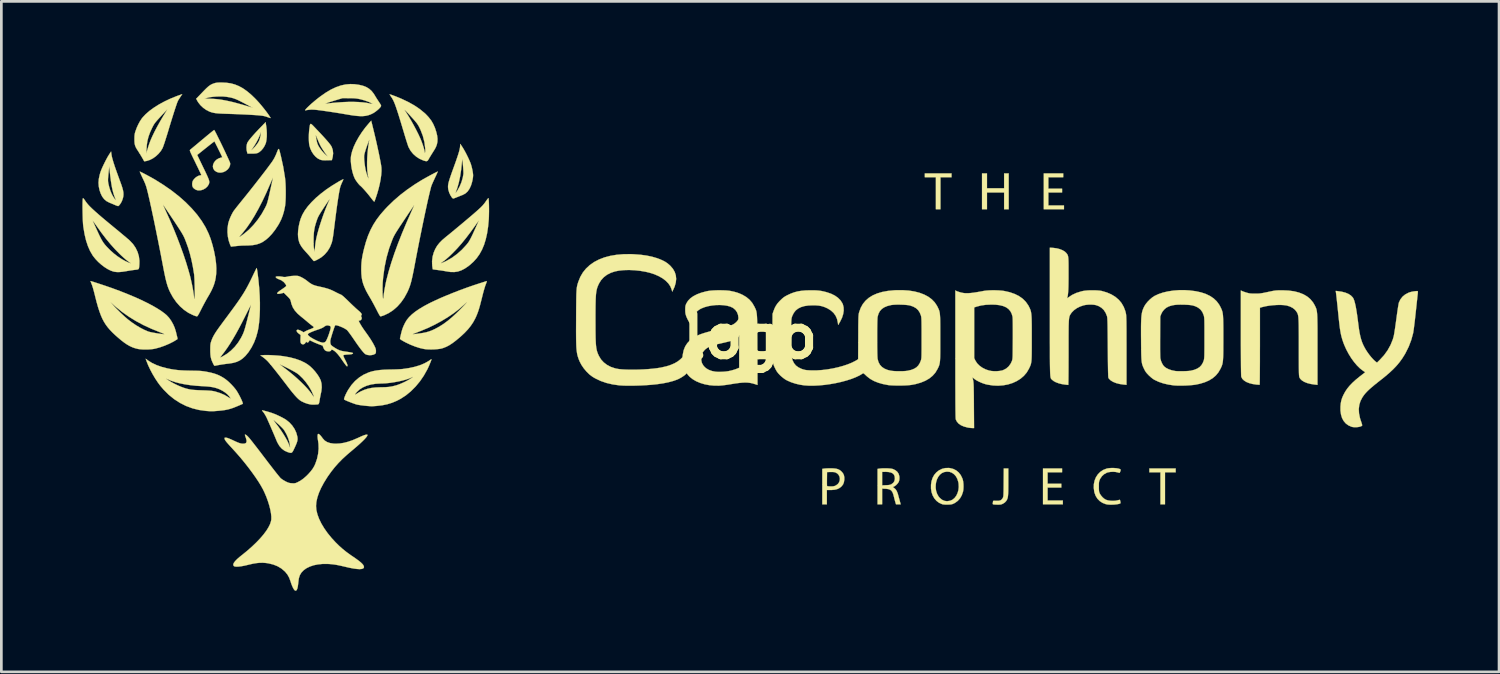
<source format=kicad_pcb>
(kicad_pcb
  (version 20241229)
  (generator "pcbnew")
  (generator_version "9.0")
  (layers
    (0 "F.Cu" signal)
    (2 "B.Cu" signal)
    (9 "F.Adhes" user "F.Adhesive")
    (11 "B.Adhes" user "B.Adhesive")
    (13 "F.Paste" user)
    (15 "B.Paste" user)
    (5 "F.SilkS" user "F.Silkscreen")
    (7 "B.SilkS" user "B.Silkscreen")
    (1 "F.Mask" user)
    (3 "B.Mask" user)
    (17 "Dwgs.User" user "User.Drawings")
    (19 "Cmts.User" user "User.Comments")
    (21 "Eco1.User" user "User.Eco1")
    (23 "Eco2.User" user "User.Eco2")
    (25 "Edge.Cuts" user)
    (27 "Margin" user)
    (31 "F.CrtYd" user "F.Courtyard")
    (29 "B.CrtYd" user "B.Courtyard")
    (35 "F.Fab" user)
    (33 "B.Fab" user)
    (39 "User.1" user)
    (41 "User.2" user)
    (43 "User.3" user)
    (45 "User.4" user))
  (footprint "logo"
    (layer "F.Cu")
    (at 24.721 9.409)
    (property "Reference" "logo" (at 0 0 0) (layer "F.SilkS") (effects (font (size 1.524 1.524) (thickness 0.3))))
    (attr exclude_from_pos_files exclude_from_bom allow_missing_courtyard)
    (fp_poly (pts (xy 7.451 -5.898) (xy 7.041 -5.898) (xy 7.041 -4.713) (xy 6.872 -4.713) (xy 6.872 -5.898) (xy 6.463 -5.898) (xy 6.463 -6.04) (xy 7.451 -6.04) (xy 7.451 -5.898)) (stroke (width 0.01) (type solid)) (fill yes) (layer "F.SilkS"))
    (fp_poly (pts (xy 15.748 5.024) (xy 15.353 5.024) (xy 15.353 6.209) (xy 15.184 6.209) (xy 15.184 5.024) (xy 14.774 5.024) (xy 14.774 4.882) (xy 15.748 4.882) (xy 15.748 5.024)) (stroke (width 0.01) (type solid)) (fill yes) (layer "F.SilkS"))
    (fp_poly (pts (xy 8.763 -5.489) (xy 9.398 -5.489) (xy 9.398 -6.04) (xy 9.567 -6.04) (xy 9.567 -4.713) (xy 9.398 -4.713) (xy 9.398 -5.334) (xy 8.763 -5.334) (xy 8.763 -4.713) (xy 8.58 -4.713) (xy 8.58 -6.04) (xy 8.763 -6.04) (xy 8.763 -5.489)) (stroke (width 0.01) (type solid)) (fill yes) (layer "F.SilkS"))
    (fp_poly (pts (xy 11.543 5.024) (xy 11.007 5.024) (xy 11.007 5.447) (xy 11.515 5.447) (xy 11.515 5.588) (xy 11.007 5.588) (xy 11.007 6.068) (xy 11.571 6.068) (xy 11.571 6.209) (xy 10.837 6.209) (xy 10.837 4.882) (xy 11.543 4.882) (xy 11.543 5.024)) (stroke (width 0.01) (type solid)) (fill yes) (layer "F.SilkS"))
    (fp_poly (pts (xy 11.585 -5.898) (xy 11.035 -5.898) (xy 11.035 -5.475) (xy 11.543 -5.475) (xy 11.543 -5.334) (xy 11.035 -5.334) (xy 11.035 -4.854) (xy 11.613 -4.854) (xy 11.613 -4.713) (xy 10.866 -4.713) (xy 10.866 -6.04) (xy 11.585 -6.04) (xy 11.585 -5.898)) (stroke (width 0.01) (type solid)) (fill yes) (layer "F.SilkS"))
    (fp_poly (pts (xy 9.553 5.38) (xy 9.553 5.527) (xy 9.552 5.649) (xy 9.55 5.748) (xy 9.546 5.829) (xy 9.541 5.894) (xy 9.534 5.945) (xy 9.524 5.987) (xy 9.511 6.022) (xy 9.495 6.053) (xy 9.476 6.083) (xy 9.472 6.089) (xy 9.423 6.141) (xy 9.357 6.184) (xy 9.314 6.204) (xy 9.276 6.215) (xy 9.232 6.22) (xy 9.173 6.221) (xy 9.159 6.221) (xy 9.099 6.219) (xy 9.047 6.217) (xy 9.011 6.214) (xy 9.005 6.213) (xy 8.983 6.205) (xy 8.976 6.189) (xy 8.98 6.155) (xy 8.986 6.117) (xy 8.989 6.09) (xy 8.989 6.088) (xy 9.002 6.08) (xy 9.042 6.077) (xy 9.104 6.079) (xy 9.188 6.079) (xy 9.251 6.067) (xy 9.298 6.04) (xy 9.334 5.997) (xy 9.346 5.977) (xy 9.354 5.961) (xy 9.361 5.944) (xy 9.366 5.923) (xy 9.37 5.896) (xy 9.373 5.858) (xy 9.375 5.808) (xy 9.377 5.742) (xy 9.379 5.656) (xy 9.38 5.549) (xy 9.381 5.417) (xy 9.381 5.401) (xy 9.385 4.882) (xy 9.553 4.882) (xy 9.553 5.38)) (stroke (width 0.01) (type solid)) (fill yes) (layer "F.SilkS"))
    (fp_poly (pts (xy -17.914 -7.771) (xy -17.9 -7.646) (xy -17.894 -7.518) (xy -17.896 -7.395) (xy -17.907 -7.283) (xy -17.924 -7.189) (xy -17.934 -7.156) (xy -17.977 -7.058) (xy -18.035 -6.966) (xy -18.103 -6.887) (xy -18.176 -6.827) (xy -18.222 -6.801) (xy -18.256 -6.788) (xy -18.297 -6.78) (xy -18.35 -6.775) (xy -18.424 -6.774) (xy -18.445 -6.774) (xy -18.609 -6.773) (xy -18.628 -6.84) (xy -18.638 -6.893) (xy -18.478 -6.893) (xy -18.429 -6.934) (xy -18.395 -6.965) (xy -18.352 -7.009) (xy -18.31 -7.057) (xy -18.306 -7.061) (xy -18.239 -7.147) (xy -18.19 -7.228) (xy -18.156 -7.314) (xy -18.132 -7.414) (xy -18.13 -7.421) (xy -18.118 -7.491) (xy -18.112 -7.537) (xy -18.112 -7.558) (xy -18.117 -7.554) (xy -18.129 -7.523) (xy -18.133 -7.512) (xy -18.171 -7.411) (xy -18.224 -7.298) (xy -18.288 -7.179) (xy -18.359 -7.062) (xy -18.432 -6.955) (xy -18.446 -6.936) (xy -18.478 -6.893) (xy -18.638 -6.893) (xy -18.643 -6.92) (xy -18.647 -7.008) (xy -18.639 -7.092) (xy -18.62 -7.163) (xy -18.617 -7.17) (xy -18.591 -7.214) (xy -18.547 -7.275) (xy -18.485 -7.352) (xy -18.407 -7.442) (xy -18.316 -7.544) (xy -18.212 -7.655) (xy -18.131 -7.739) (xy -17.939 -7.937) (xy -17.914 -7.771)) (stroke (width 0.01) (type solid)) (fill yes) (layer "F.SilkS"))
    (fp_poly (pts (xy 3.081 4.879) (xy 3.17 4.889) (xy 3.242 4.907) (xy 3.303 4.936) (xy 3.358 4.976) (xy 3.373 4.99) (xy 3.431 5.056) (xy 3.467 5.129) (xy 3.483 5.214) (xy 3.482 5.297) (xy 3.467 5.394) (xy 3.435 5.474) (xy 3.382 5.542) (xy 3.357 5.565) (xy 3.288 5.615) (xy 3.214 5.648) (xy 3.127 5.669) (xy 3.022 5.678) (xy 2.988 5.678) (xy 2.836 5.68) (xy 2.836 5.944) (xy 2.836 6.209) (xy 2.667 6.209) (xy 2.667 5.417) (xy 2.839 5.417) (xy 2.839 5.475) (xy 2.841 5.514) (xy 2.843 5.528) (xy 2.857 5.537) (xy 2.892 5.543) (xy 2.952 5.546) (xy 2.975 5.546) (xy 3.041 5.545) (xy 3.087 5.54) (xy 3.126 5.53) (xy 3.165 5.512) (xy 3.176 5.507) (xy 3.242 5.458) (xy 3.287 5.397) (xy 3.312 5.328) (xy 3.318 5.255) (xy 3.304 5.183) (xy 3.27 5.118) (xy 3.219 5.065) (xy 3.149 5.027) (xy 3.136 5.023) (xy 3.097 5.016) (xy 3.04 5.012) (xy 2.977 5.012) (xy 2.963 5.012) (xy 2.843 5.016) (xy 2.84 5.263) (xy 2.839 5.344) (xy 2.839 5.417) (xy 2.667 5.417) (xy 2.667 4.898) (xy 2.734 4.887) (xy 2.775 4.883) (xy 2.836 4.879) (xy 2.908 4.877) (xy 2.97 4.876) (xy 3.081 4.879)) (stroke (width 0.01) (type solid)) (fill yes) (layer "F.SilkS"))
    (fp_poly (pts (xy 5.109 4.879) (xy 5.187 4.885) (xy 5.248 4.894) (xy 5.273 4.901) (xy 5.37 4.946) (xy 5.443 5.005) (xy 5.493 5.08) (xy 5.519 5.17) (xy 5.523 5.235) (xy 5.517 5.311) (xy 5.5 5.37) (xy 5.493 5.385) (xy 5.452 5.443) (xy 5.398 5.499) (xy 5.339 5.541) (xy 5.317 5.552) (xy 5.276 5.569) (xy 5.325 5.603) (xy 5.38 5.652) (xy 5.424 5.72) (xy 5.46 5.811) (xy 5.474 5.86) (xy 5.494 5.935) (xy 5.517 6.018) (xy 5.537 6.092) (xy 5.537 6.092) (xy 5.569 6.209) (xy 5.396 6.209) (xy 5.373 6.135) (xy 5.359 6.086) (xy 5.342 6.021) (xy 5.325 5.953) (xy 5.32 5.934) (xy 5.293 5.833) (xy 5.263 5.758) (xy 5.226 5.704) (xy 5.177 5.668) (xy 5.115 5.646) (xy 5.035 5.635) (xy 5.007 5.633) (xy 4.882 5.627) (xy 4.882 6.209) (xy 4.713 6.209) (xy 4.713 5.009) (xy 4.882 5.009) (xy 4.882 5.507) (xy 5.027 5.501) (xy 5.1 5.497) (xy 5.152 5.491) (xy 5.191 5.481) (xy 5.224 5.466) (xy 5.228 5.463) (xy 5.294 5.414) (xy 5.335 5.352) (xy 5.352 5.276) (xy 5.353 5.25) (xy 5.345 5.172) (xy 5.319 5.11) (xy 5.274 5.064) (xy 5.209 5.032) (xy 5.122 5.013) (xy 5.011 5.006) (xy 4.957 5.007) (xy 4.882 5.009) (xy 4.713 5.009) (xy 4.713 4.898) (xy 4.78 4.888) (xy 4.85 4.88) (xy 4.933 4.876) (xy 5.022 4.876) (xy 5.109 4.879)) (stroke (width 0.01) (type solid)) (fill yes) (layer "F.SilkS"))
    (fp_poly (pts (xy 7.391 4.868) (xy 7.514 4.899) (xy 7.623 4.953) (xy 7.717 5.031) (xy 7.793 5.129) (xy 7.851 5.247) (xy 7.868 5.299) (xy 7.883 5.37) (xy 7.892 5.46) (xy 7.894 5.556) (xy 7.89 5.649) (xy 7.879 5.728) (xy 7.875 5.743) (xy 7.831 5.873) (xy 7.766 5.986) (xy 7.683 6.08) (xy 7.583 6.153) (xy 7.552 6.17) (xy 7.507 6.191) (xy 7.468 6.205) (xy 7.428 6.213) (xy 7.376 6.217) (xy 7.31 6.219) (xy 7.214 6.219) (xy 7.14 6.212) (xy 7.102 6.203) (xy 6.991 6.153) (xy 6.895 6.081) (xy 6.816 5.99) (xy 6.754 5.882) (xy 6.712 5.761) (xy 6.691 5.628) (xy 6.691 5.606) (xy 6.865 5.606) (xy 6.881 5.714) (xy 6.915 5.817) (xy 6.966 5.911) (xy 7.018 5.974) (xy 7.1 6.041) (xy 7.189 6.081) (xy 7.284 6.094) (xy 7.387 6.079) (xy 7.408 6.074) (xy 7.492 6.035) (xy 7.566 5.972) (xy 7.627 5.891) (xy 7.673 5.794) (xy 7.705 5.686) (xy 7.718 5.569) (xy 7.713 5.448) (xy 7.703 5.388) (xy 7.667 5.272) (xy 7.615 5.174) (xy 7.547 5.097) (xy 7.466 5.04) (xy 7.376 5.007) (xy 7.277 4.999) (xy 7.176 5.016) (xy 7.09 5.055) (xy 7.017 5.115) (xy 6.958 5.193) (xy 6.912 5.285) (xy 6.881 5.387) (xy 6.865 5.495) (xy 6.865 5.606) (xy 6.691 5.606) (xy 6.691 5.487) (xy 6.709 5.36) (xy 6.749 5.233) (xy 6.81 5.121) (xy 6.89 5.027) (xy 6.986 4.952) (xy 7.095 4.898) (xy 7.214 4.868) (xy 7.341 4.863) (xy 7.391 4.868)) (stroke (width 0.01) (type solid)) (fill yes) (layer "F.SilkS"))
    (fp_poly (pts (xy 13.469 4.866) (xy 13.556 4.873) (xy 13.628 4.886) (xy 13.636 4.888) (xy 13.681 4.903) (xy 13.706 4.917) (xy 13.712 4.94) (xy 13.703 4.976) (xy 13.688 5.015) (xy 13.68 5.035) (xy 13.668 5.043) (xy 13.644 5.039) (xy 13.607 5.028) (xy 13.527 5.011) (xy 13.433 5.004) (xy 13.336 5.009) (xy 13.247 5.024) (xy 13.202 5.037) (xy 13.104 5.09) (xy 13.021 5.165) (xy 12.957 5.257) (xy 12.945 5.281) (xy 12.928 5.32) (xy 12.917 5.353) (xy 12.91 5.388) (xy 12.906 5.432) (xy 12.905 5.492) (xy 12.905 5.553) (xy 12.905 5.632) (xy 12.908 5.69) (xy 12.912 5.732) (xy 12.921 5.766) (xy 12.933 5.798) (xy 12.935 5.803) (xy 12.981 5.878) (xy 13.042 5.949) (xy 13.112 6.008) (xy 13.17 6.041) (xy 13.242 6.063) (xy 13.332 6.077) (xy 13.428 6.081) (xy 13.521 6.076) (xy 13.596 6.061) (xy 13.639 6.05) (xy 13.67 6.043) (xy 13.681 6.042) (xy 13.69 6.062) (xy 13.699 6.096) (xy 13.705 6.133) (xy 13.707 6.161) (xy 13.705 6.169) (xy 13.674 6.185) (xy 13.621 6.199) (xy 13.552 6.21) (xy 13.473 6.218) (xy 13.389 6.221) (xy 13.307 6.221) (xy 13.233 6.216) (xy 13.172 6.205) (xy 13.166 6.204) (xy 13.043 6.157) (xy 12.937 6.088) (xy 12.85 5.999) (xy 12.784 5.892) (xy 12.74 5.769) (xy 12.735 5.747) (xy 12.716 5.6) (xy 12.72 5.459) (xy 12.748 5.327) (xy 12.797 5.207) (xy 12.866 5.101) (xy 12.954 5.011) (xy 13.059 4.94) (xy 13.181 4.891) (xy 13.217 4.881) (xy 13.289 4.87) (xy 13.376 4.865) (xy 13.469 4.866)) (stroke (width 0.01) (type solid)) (fill yes) (layer "F.SilkS"))
    (fp_poly (pts (xy -23.642 -6.724) (xy -23.629 -6.653) (xy -23.604 -6.559) (xy -23.569 -6.439) (xy -23.522 -6.295) (xy -23.463 -6.126) (xy -23.393 -5.932) (xy -23.327 -5.751) (xy -23.279 -5.62) (xy -23.243 -5.509) (xy -23.218 -5.416) (xy -23.204 -5.335) (xy -23.201 -5.262) (xy -23.206 -5.193) (xy -23.221 -5.125) (xy -23.243 -5.057) (xy -23.266 -5.001) (xy -23.297 -4.945) (xy -23.331 -4.894) (xy -23.363 -4.855) (xy -23.39 -4.833) (xy -23.397 -4.831) (xy -23.419 -4.835) (xy -23.459 -4.849) (xy -23.509 -4.869) (xy -23.523 -4.875) (xy -23.591 -4.904) (xy -23.665 -4.935) (xy -23.728 -4.961) (xy -23.83 -5.015) (xy -23.916 -5.088) (xy -23.988 -5.182) (xy -24.045 -5.299) (xy -24.086 -5.419) (xy -24.115 -5.558) (xy -24.125 -5.696) (xy -24.118 -5.777) (xy -23.773 -5.777) (xy -23.771 -5.738) (xy -23.765 -5.698) (xy -23.757 -5.653) (xy -23.727 -5.527) (xy -23.686 -5.4) (xy -23.637 -5.283) (xy -23.606 -5.223) (xy -23.577 -5.174) (xy -23.546 -5.126) (xy -23.518 -5.086) (xy -23.496 -5.059) (xy -23.486 -5.052) (xy -23.488 -5.064) (xy -23.499 -5.094) (xy -23.511 -5.126) (xy -23.544 -5.213) (xy -23.573 -5.304) (xy -23.6 -5.403) (xy -23.624 -5.513) (xy -23.646 -5.636) (xy -23.668 -5.777) (xy -23.689 -5.939) (xy -23.71 -6.124) (xy -23.717 -6.195) (xy -23.728 -6.301) (xy -23.755 -6.04) (xy -23.764 -5.946) (xy -23.77 -5.875) (xy -23.773 -5.82) (xy -23.773 -5.777) (xy -24.118 -5.777) (xy -24.113 -5.838) (xy -24.081 -5.99) (xy -24.052 -6.089) (xy -24.026 -6.159) (xy -23.989 -6.247) (xy -23.943 -6.346) (xy -23.893 -6.449) (xy -23.841 -6.55) (xy -23.791 -6.643) (xy -23.745 -6.719) (xy -23.733 -6.738) (xy -23.659 -6.851) (xy -23.642 -6.724)) (stroke (width 0.01) (type solid)) (fill yes) (layer "F.SilkS"))
    (fp_poly (pts (xy -16.258 -7.871) (xy -16.229 -7.852) (xy -16.189 -7.814) (xy -16.134 -7.757) (xy -16.061 -7.681) (xy -16.049 -7.667) (xy -15.923 -7.535) (xy -15.817 -7.421) (xy -15.728 -7.323) (xy -15.655 -7.24) (xy -15.596 -7.17) (xy -15.551 -7.112) (xy -15.517 -7.064) (xy -15.494 -7.024) (xy -15.491 -7.017) (xy -15.453 -6.905) (xy -15.44 -6.784) (xy -15.454 -6.659) (xy -15.461 -6.627) (xy -15.487 -6.531) (xy -15.664 -6.526) (xy -15.749 -6.525) (xy -15.813 -6.527) (xy -15.861 -6.533) (xy -15.902 -6.543) (xy -15.913 -6.546) (xy -16.003 -6.59) (xy -16.089 -6.659) (xy -16.167 -6.747) (xy -16.234 -6.85) (xy -16.286 -6.965) (xy -16.32 -7.079) (xy -16.331 -7.153) (xy -16.337 -7.248) (xy -16.34 -7.356) (xy -16.338 -7.459) (xy -16.086 -7.459) (xy -16.084 -7.441) (xy -16.077 -7.401) (xy -16.068 -7.346) (xy -16.057 -7.29) (xy -16.04 -7.207) (xy -16.02 -7.139) (xy -15.994 -7.078) (xy -15.959 -7.017) (xy -15.911 -6.947) (xy -15.879 -6.904) (xy -15.843 -6.86) (xy -15.801 -6.812) (xy -15.756 -6.765) (xy -15.713 -6.724) (xy -15.678 -6.692) (xy -15.655 -6.676) (xy -15.651 -6.675) (xy -15.656 -6.684) (xy -15.673 -6.708) (xy -15.683 -6.72) (xy -15.722 -6.772) (xy -15.769 -6.839) (xy -15.818 -6.914) (xy -15.864 -6.987) (xy -15.901 -7.05) (xy -15.911 -7.07) (xy -15.932 -7.114) (xy -15.961 -7.177) (xy -15.992 -7.247) (xy -16.018 -7.31) (xy -16.044 -7.37) (xy -16.065 -7.418) (xy -16.08 -7.449) (xy -16.086 -7.459) (xy -16.086 -7.459) (xy -16.338 -7.459) (xy -16.338 -7.469) (xy -16.332 -7.579) (xy -16.322 -7.68) (xy -16.319 -7.7) (xy -16.309 -7.769) (xy -16.301 -7.821) (xy -16.291 -7.856) (xy -16.278 -7.872) (xy -16.258 -7.871)) (stroke (width 0.01) (type solid)) (fill yes) (layer "F.SilkS"))
    (fp_poly (pts (xy -10.649 -7.006) (xy -10.6 -6.925) (xy -10.546 -6.829) (xy -10.491 -6.723) (xy -10.439 -6.616) (xy -10.392 -6.513) (xy -10.355 -6.423) (xy -10.337 -6.372) (xy -10.312 -6.284) (xy -10.29 -6.189) (xy -10.272 -6.095) (xy -10.261 -6.011) (xy -10.259 -5.96) (xy -10.264 -5.892) (xy -10.278 -5.808) (xy -10.298 -5.718) (xy -10.324 -5.631) (xy -10.338 -5.589) (xy -10.395 -5.467) (xy -10.464 -5.369) (xy -10.547 -5.295) (xy -10.644 -5.244) (xy -10.651 -5.241) (xy -10.694 -5.225) (xy -10.753 -5.201) (xy -10.818 -5.175) (xy -10.848 -5.163) (xy -10.905 -5.14) (xy -10.953 -5.122) (xy -10.986 -5.111) (xy -10.996 -5.109) (xy -11.016 -5.12) (xy -11.042 -5.145) (xy -11.046 -5.151) (xy -11.096 -5.228) (xy -11.14 -5.321) (xy -11.14 -5.322) (xy -10.908 -5.322) (xy -10.901 -5.323) (xy -10.882 -5.347) (xy -10.851 -5.391) (xy -10.84 -5.408) (xy -10.757 -5.555) (xy -10.69 -5.714) (xy -10.642 -5.877) (xy -10.617 -6.021) (xy -10.616 -6.054) (xy -10.618 -6.105) (xy -10.621 -6.17) (xy -10.626 -6.244) (xy -10.632 -6.321) (xy -10.639 -6.396) (xy -10.645 -6.462) (xy -10.652 -6.515) (xy -10.657 -6.549) (xy -10.661 -6.559) (xy -10.663 -6.548) (xy -10.668 -6.515) (xy -10.672 -6.465) (xy -10.674 -6.439) (xy -10.702 -6.171) (xy -10.74 -5.923) (xy -10.789 -5.695) (xy -10.847 -5.491) (xy -10.901 -5.345) (xy -10.908 -5.322) (xy -11.14 -5.322) (xy -11.17 -5.417) (xy -11.178 -5.45) (xy -11.184 -5.498) (xy -11.187 -5.544) (xy -11.185 -5.594) (xy -11.177 -5.649) (xy -11.163 -5.713) (xy -11.141 -5.789) (xy -11.112 -5.881) (xy -11.074 -5.992) (xy -11.027 -6.125) (xy -11.009 -6.174) (xy -10.948 -6.342) (xy -10.896 -6.487) (xy -10.854 -6.61) (xy -10.819 -6.714) (xy -10.792 -6.801) (xy -10.771 -6.874) (xy -10.756 -6.936) (xy -10.746 -6.987) (xy -10.741 -7.031) (xy -10.732 -7.133) (xy -10.649 -7.006)) (stroke (width 0.01) (type solid)) (fill yes) (layer "F.SilkS"))
    (fp_poly (pts (xy -18.057 2.73) (xy -18.02 2.738) (xy -17.967 2.751) (xy -17.904 2.768) (xy -17.836 2.787) (xy -17.769 2.808) (xy -17.708 2.827) (xy -17.697 2.831) (xy -17.612 2.863) (xy -17.515 2.904) (xy -17.414 2.951) (xy -17.318 3) (xy -17.235 3.046) (xy -17.185 3.077) (xy -17.061 3.176) (xy -16.954 3.293) (xy -16.867 3.422) (xy -16.803 3.561) (xy -16.764 3.705) (xy -16.762 3.714) (xy -16.757 3.767) (xy -16.758 3.818) (xy -16.768 3.873) (xy -16.788 3.936) (xy -16.82 4.014) (xy -16.863 4.11) (xy -16.867 4.117) (xy -16.903 4.194) (xy -16.932 4.249) (xy -16.957 4.283) (xy -16.984 4.301) (xy -17.015 4.304) (xy -17.057 4.296) (xy -17.113 4.279) (xy -17.122 4.276) (xy -17.239 4.224) (xy -17.341 4.148) (xy -17.429 4.048) (xy -17.501 3.925) (xy -17.526 3.871) (xy -17.568 3.769) (xy -17.614 3.659) (xy -17.663 3.545) (xy -17.712 3.43) (xy -17.76 3.319) (xy -17.805 3.216) (xy -17.845 3.126) (xy -17.859 3.093) (xy -17.647 3.093) (xy -17.633 3.114) (xy -17.607 3.151) (xy -17.57 3.199) (xy -17.556 3.217) (xy -17.46 3.344) (xy -17.37 3.473) (xy -17.286 3.601) (xy -17.211 3.725) (xy -17.147 3.839) (xy -17.098 3.941) (xy -17.064 4.026) (xy -17.06 4.04) (xy -17.047 4.078) (xy -17.037 4.102) (xy -17.034 4.106) (xy -17.033 4.094) (xy -17.034 4.06) (xy -17.038 4.019) (xy -17.063 3.889) (xy -17.107 3.751) (xy -17.168 3.612) (xy -17.242 3.482) (xy -17.259 3.456) (xy -17.289 3.418) (xy -17.337 3.367) (xy -17.397 3.308) (xy -17.466 3.243) (xy -17.538 3.179) (xy -17.609 3.119) (xy -17.645 3.09) (xy -17.647 3.093) (xy -17.859 3.093) (xy -17.878 3.052) (xy -17.902 2.999) (xy -17.906 2.99) (xy -17.94 2.927) (xy -17.977 2.864) (xy -18.011 2.814) (xy -18.021 2.801) (xy -18.05 2.765) (xy -18.068 2.739) (xy -18.072 2.729) (xy -18.057 2.73)) (stroke (width 0.01) (type solid)) (fill yes) (layer "F.SilkS"))
    (fp_poly (pts (xy -21.094 -8.872) (xy -21.128 -8.82) (xy -21.159 -8.771) (xy -21.18 -8.735) (xy -21.184 -8.728) (xy -21.2 -8.691) (xy -21.223 -8.63) (xy -21.252 -8.546) (xy -21.287 -8.441) (xy -21.327 -8.318) (xy -21.371 -8.179) (xy -21.419 -8.025) (xy -21.47 -7.86) (xy -21.523 -7.685) (xy -21.542 -7.62) (xy -21.582 -7.489) (xy -21.621 -7.365) (xy -21.657 -7.251) (xy -21.689 -7.152) (xy -21.718 -7.071) (xy -21.74 -7.01) (xy -21.755 -6.974) (xy -21.82 -6.867) (xy -21.903 -6.767) (xy -22.001 -6.676) (xy -22.108 -6.599) (xy -22.22 -6.541) (xy -22.33 -6.504) (xy -22.372 -6.496) (xy -22.433 -6.488) (xy -22.506 -6.618) (xy -22.548 -6.689) (xy -22.596 -6.768) (xy -22.604 -6.78) (xy -22.352 -6.78) (xy -22.331 -6.865) (xy -22.318 -6.912) (xy -22.298 -6.977) (xy -22.275 -7.051) (xy -22.25 -7.126) (xy -22.2 -7.26) (xy -22.133 -7.413) (xy -22.051 -7.583) (xy -21.955 -7.766) (xy -21.847 -7.961) (xy -21.728 -8.164) (xy -21.599 -8.373) (xy -21.597 -8.375) (xy -21.587 -8.392) (xy -21.582 -8.402) (xy -21.584 -8.403) (xy -21.595 -8.393) (xy -21.617 -8.371) (xy -21.65 -8.335) (xy -21.698 -8.284) (xy -21.762 -8.215) (xy -21.829 -8.142) (xy -21.902 -8.062) (xy -21.959 -7.999) (xy -22.003 -7.947) (xy -22.038 -7.903) (xy -22.066 -7.863) (xy -22.091 -7.821) (xy -22.116 -7.774) (xy -22.14 -7.726) (xy -22.217 -7.558) (xy -22.274 -7.402) (xy -22.313 -7.249) (xy -22.337 -7.092) (xy -22.346 -6.95) (xy -22.352 -6.78) (xy -22.604 -6.78) (xy -22.641 -6.839) (xy -22.656 -6.862) (xy -22.71 -6.945) (xy -22.748 -7.015) (xy -22.773 -7.08) (xy -22.788 -7.147) (xy -22.794 -7.226) (xy -22.795 -7.31) (xy -22.794 -7.391) (xy -22.79 -7.453) (xy -22.783 -7.504) (xy -22.771 -7.555) (xy -22.755 -7.606) (xy -22.709 -7.731) (xy -22.652 -7.856) (xy -22.589 -7.972) (xy -22.523 -8.072) (xy -22.493 -8.11) (xy -22.377 -8.234) (xy -22.235 -8.357) (xy -22.07 -8.477) (xy -21.886 -8.593) (xy -21.685 -8.702) (xy -21.47 -8.804) (xy -21.244 -8.896) (xy -21.177 -8.92) (xy -21.025 -8.974) (xy -21.094 -8.872)) (stroke (width 0.01) (type solid)) (fill yes) (layer "F.SilkS"))
    (fp_poly (pts (xy -14.648 -9.342) (xy -14.481 -9.319) (xy -14.337 -9.285) (xy -14.213 -9.237) (xy -14.108 -9.173) (xy -14.017 -9.093) (xy -13.939 -8.994) (xy -13.9 -8.932) (xy -13.866 -8.875) (xy -13.822 -8.804) (xy -13.775 -8.732) (xy -13.747 -8.689) (xy -13.708 -8.63) (xy -13.682 -8.59) (xy -13.669 -8.562) (xy -13.665 -8.543) (xy -13.669 -8.526) (xy -13.675 -8.514) (xy -13.704 -8.475) (xy -13.751 -8.426) (xy -13.81 -8.374) (xy -13.874 -8.324) (xy -13.938 -8.281) (xy -13.97 -8.263) (xy -14.056 -8.222) (xy -14.143 -8.192) (xy -14.233 -8.171) (xy -14.332 -8.161) (xy -14.441 -8.16) (xy -14.567 -8.169) (xy -14.711 -8.186) (xy -14.873 -8.212) (xy -15.036 -8.24) (xy -15.204 -8.268) (xy -15.373 -8.295) (xy -15.537 -8.32) (xy -15.692 -8.343) (xy -15.833 -8.363) (xy -15.955 -8.379) (xy -16.033 -8.389) (xy -16.143 -8.399) (xy -16.236 -8.402) (xy -16.321 -8.397) (xy -16.41 -8.385) (xy -16.468 -8.374) (xy -16.478 -8.378) (xy -16.468 -8.397) (xy -16.441 -8.43) (xy -16.399 -8.474) (xy -16.344 -8.527) (xy -16.28 -8.587) (xy -16.236 -8.625) (xy -15.728 -8.625) (xy -15.713 -8.625) (xy -15.675 -8.628) (xy -15.62 -8.633) (xy -15.552 -8.64) (xy -15.534 -8.642) (xy -15.46 -8.65) (xy -15.365 -8.659) (xy -15.259 -8.667) (xy -15.148 -8.675) (xy -15.043 -8.681) (xy -15.04 -8.681) (xy -14.856 -8.688) (xy -14.676 -8.688) (xy -14.503 -8.682) (xy -14.345 -8.67) (xy -14.205 -8.653) (xy -14.125 -8.638) (xy -14.054 -8.623) (xy -14.008 -8.614) (xy -13.986 -8.613) (xy -13.986 -8.618) (xy -14.006 -8.631) (xy -14.034 -8.646) (xy -14.144 -8.696) (xy -14.274 -8.742) (xy -14.413 -8.781) (xy -14.467 -8.793) (xy -14.534 -8.806) (xy -14.601 -8.815) (xy -14.673 -8.821) (xy -14.759 -8.824) (xy -14.852 -8.825) (xy -15.092 -8.826) (xy -15.413 -8.729) (xy -15.502 -8.701) (xy -15.581 -8.676) (xy -15.647 -8.655) (xy -15.696 -8.638) (xy -15.723 -8.628) (xy -15.728 -8.625) (xy -16.236 -8.625) (xy -16.207 -8.651) (xy -16.13 -8.717) (xy -16.049 -8.784) (xy -15.967 -8.848) (xy -15.905 -8.895) (xy -15.707 -9.033) (xy -15.517 -9.145) (xy -15.334 -9.231) (xy -15.155 -9.294) (xy -14.98 -9.332) (xy -14.805 -9.347) (xy -14.648 -9.342)) (stroke (width 0.01) (type solid)) (fill yes) (layer "F.SilkS"))
    (fp_poly (pts (xy -17.839 0.684) (xy -17.729 0.688) (xy -17.611 0.695) (xy -17.493 0.703) (xy -17.381 0.714) (xy -17.281 0.726) (xy -17.273 0.728) (xy -17.04 0.769) (xy -16.831 0.824) (xy -16.645 0.89) (xy -16.48 0.97) (xy -16.381 1.032) (xy -16.29 1.102) (xy -16.198 1.19) (xy -16.109 1.289) (xy -16.028 1.394) (xy -15.96 1.498) (xy -15.91 1.596) (xy -15.896 1.63) (xy -15.869 1.746) (xy -15.861 1.876) (xy -15.874 2.014) (xy -15.888 2.081) (xy -15.902 2.147) (xy -15.918 2.228) (xy -15.933 2.309) (xy -15.938 2.342) (xy -15.95 2.414) (xy -15.962 2.462) (xy -15.975 2.492) (xy -15.993 2.506) (xy -16.016 2.511) (xy -16.023 2.512) (xy -16.054 2.513) (xy -16.099 2.516) (xy -16.122 2.518) (xy -16.178 2.519) (xy -16.242 2.516) (xy -16.277 2.512) (xy -16.382 2.489) (xy -16.494 2.45) (xy -16.599 2.401) (xy -16.631 2.383) (xy -16.679 2.35) (xy -16.732 2.305) (xy -16.791 2.247) (xy -16.858 2.174) (xy -16.935 2.083) (xy -17.023 1.974) (xy -17.124 1.843) (xy -17.152 1.806) (xy -17.264 1.66) (xy -17.372 1.519) (xy -17.474 1.388) (xy -17.57 1.266) (xy -17.657 1.158) (xy -17.733 1.064) (xy -17.764 1.026) (xy -17.42 1.026) (xy -17.404 1.039) (xy -17.37 1.065) (xy -17.323 1.101) (xy -17.267 1.143) (xy -17.258 1.15) (xy -17.09 1.279) (xy -16.928 1.413) (xy -16.773 1.548) (xy -16.628 1.683) (xy -16.497 1.814) (xy -16.381 1.939) (xy -16.284 2.055) (xy -16.208 2.159) (xy -16.202 2.17) (xy -16.176 2.208) (xy -16.157 2.235) (xy -16.149 2.244) (xy -16.151 2.232) (xy -16.161 2.2) (xy -16.176 2.156) (xy -16.177 2.155) (xy -16.247 1.998) (xy -16.34 1.838) (xy -16.45 1.684) (xy -16.571 1.542) (xy -16.7 1.419) (xy -16.74 1.386) (xy -16.784 1.354) (xy -16.851 1.314) (xy -16.936 1.266) (xy -17.035 1.213) (xy -17.131 1.164) (xy -17.214 1.123) (xy -17.288 1.087) (xy -17.348 1.058) (xy -17.392 1.037) (xy -17.417 1.027) (xy -17.42 1.026) (xy -17.764 1.026) (xy -17.797 0.988) (xy -17.846 0.931) (xy -17.864 0.912) (xy -17.917 0.86) (xy -17.981 0.805) (xy -18.037 0.762) (xy -18.132 0.695) (xy -18.009 0.686) (xy -17.934 0.684) (xy -17.839 0.684)) (stroke (width 0.01) (type solid)) (fill yes) (layer "F.SilkS"))
    (fp_poly (pts (xy -13.923 -7.555) (xy -13.887 -7.404) (xy -13.851 -7.249) (xy -13.816 -7.094) (xy -13.783 -6.941) (xy -13.751 -6.795) (xy -13.723 -6.657) (xy -13.699 -6.533) (xy -13.678 -6.424) (xy -13.663 -6.335) (xy -13.654 -6.269) (xy -13.652 -6.251) (xy -13.649 -6.13) (xy -13.659 -5.989) (xy -13.68 -5.831) (xy -13.712 -5.662) (xy -13.754 -5.485) (xy -13.805 -5.306) (xy -13.823 -5.249) (xy -13.849 -5.172) (xy -13.872 -5.103) (xy -13.892 -5.048) (xy -13.905 -5.011) (xy -13.911 -4.998) (xy -13.923 -4.998) (xy -13.945 -5.018) (xy -13.98 -5.059) (xy -14.029 -5.122) (xy -14.037 -5.132) (xy -14.089 -5.199) (xy -14.147 -5.271) (xy -14.208 -5.344) (xy -14.269 -5.414) (xy -14.327 -5.478) (xy -14.376 -5.53) (xy -14.414 -5.567) (xy -14.431 -5.581) (xy -14.462 -5.609) (xy -14.502 -5.654) (xy -14.546 -5.71) (xy -14.588 -5.769) (xy -14.623 -5.824) (xy -14.629 -5.835) (xy -14.125 -5.835) (xy -14.118 -5.828) (xy -14.111 -5.835) (xy -14.118 -5.842) (xy -14.125 -5.835) (xy -14.629 -5.835) (xy -14.638 -5.85) (xy -14.683 -5.957) (xy -14.721 -6.082) (xy -14.752 -6.218) (xy -14.773 -6.357) (xy -14.785 -6.491) (xy -14.784 -6.614) (xy -14.782 -6.641) (xy -14.293 -6.641) (xy -14.29 -6.556) (xy -14.281 -6.459) (xy -14.269 -6.357) (xy -14.254 -6.259) (xy -14.238 -6.171) (xy -14.23 -6.14) (xy -14.213 -6.077) (xy -14.194 -6.012) (xy -14.174 -5.953) (xy -14.156 -5.904) (xy -14.141 -5.871) (xy -14.132 -5.859) (xy -14.132 -5.859) (xy -14.132 -5.874) (xy -14.138 -5.908) (xy -14.148 -5.952) (xy -14.165 -6.053) (xy -14.177 -6.177) (xy -14.183 -6.318) (xy -14.183 -6.471) (xy -14.177 -6.632) (xy -14.166 -6.795) (xy -14.149 -6.955) (xy -14.14 -7.027) (xy -14.129 -7.102) (xy -14.118 -7.169) (xy -14.11 -7.222) (xy -14.104 -7.254) (xy -14.103 -7.26) (xy -14.098 -7.283) (xy -14.102 -7.282) (xy -14.113 -7.257) (xy -14.131 -7.213) (xy -14.154 -7.15) (xy -14.183 -7.071) (xy -14.203 -7.013) (xy -14.231 -6.931) (xy -14.255 -6.852) (xy -14.275 -6.783) (xy -14.287 -6.73) (xy -14.291 -6.706) (xy -14.293 -6.641) (xy -14.782 -6.641) (xy -14.776 -6.697) (xy -14.738 -6.855) (xy -14.678 -7.024) (xy -14.596 -7.2) (xy -14.495 -7.381) (xy -14.377 -7.564) (xy -14.243 -7.745) (xy -14.099 -7.916) (xy -14.03 -7.992) (xy -13.923 -7.555)) (stroke (width 0.01) (type solid)) (fill yes) (layer "F.SilkS"))
    (fp_poly (pts (xy -13.337 -8.965) (xy -13.303 -8.955) (xy -13.251 -8.938) (xy -13.186 -8.914) (xy -13.112 -8.886) (xy -13.033 -8.854) (xy -12.954 -8.821) (xy -12.898 -8.797) (xy -12.65 -8.679) (xy -12.426 -8.552) (xy -12.227 -8.417) (xy -12.054 -8.274) (xy -12.019 -8.243) (xy -11.905 -8.122) (xy -11.811 -8.001) (xy -11.735 -7.871) (xy -11.671 -7.726) (xy -11.623 -7.578) (xy -11.59 -7.442) (xy -11.576 -7.323) (xy -11.58 -7.215) (xy -11.585 -7.183) (xy -11.598 -7.12) (xy -11.617 -7.062) (xy -11.642 -7.003) (xy -11.678 -6.936) (xy -11.728 -6.856) (xy -11.753 -6.816) (xy -11.796 -6.748) (xy -11.838 -6.68) (xy -11.875 -6.619) (xy -11.897 -6.579) (xy -11.925 -6.532) (xy -11.949 -6.504) (xy -11.978 -6.493) (xy -12.018 -6.496) (xy -12.076 -6.512) (xy -12.096 -6.518) (xy -12.234 -6.577) (xy -12.362 -6.659) (xy -12.477 -6.761) (xy -12.573 -6.879) (xy -12.646 -7.01) (xy -12.649 -7.015) (xy -12.661 -7.047) (xy -12.68 -7.103) (xy -12.704 -7.177) (xy -12.733 -7.267) (xy -12.764 -7.368) (xy -12.797 -7.476) (xy -12.812 -7.528) (xy -12.876 -7.74) (xy -12.932 -7.927) (xy -12.982 -8.09) (xy -13.026 -8.232) (xy -13.066 -8.354) (xy -13.08 -8.396) (xy -12.793 -8.396) (xy -12.79 -8.385) (xy -12.774 -8.357) (xy -12.749 -8.317) (xy -12.747 -8.315) (xy -12.647 -8.155) (xy -12.547 -7.985) (xy -12.451 -7.813) (xy -12.361 -7.643) (xy -12.28 -7.482) (xy -12.213 -7.336) (xy -12.193 -7.288) (xy -12.162 -7.21) (xy -12.131 -7.126) (xy -12.104 -7.042) (xy -12.08 -6.964) (xy -12.062 -6.898) (xy -12.052 -6.849) (xy -12.051 -6.831) (xy -12.049 -6.808) (xy -12.041 -6.809) (xy -12.036 -6.816) (xy -12.03 -6.841) (xy -12.028 -6.888) (xy -12.03 -6.953) (xy -12.031 -6.964) (xy -12.061 -7.199) (xy -12.118 -7.427) (xy -12.203 -7.649) (xy -12.253 -7.753) (xy -12.279 -7.802) (xy -12.306 -7.846) (xy -12.336 -7.89) (xy -12.373 -7.937) (xy -12.42 -7.993) (xy -12.48 -8.061) (xy -12.557 -8.145) (xy -12.621 -8.215) (xy -12.679 -8.277) (xy -12.728 -8.329) (xy -12.765 -8.368) (xy -12.788 -8.391) (xy -12.793 -8.396) (xy -13.08 -8.396) (xy -13.101 -8.459) (xy -13.132 -8.548) (xy -13.161 -8.624) (xy -13.187 -8.688) (xy -13.212 -8.741) (xy -13.236 -8.787) (xy -13.259 -8.827) (xy -13.277 -8.854) (xy -13.309 -8.901) (xy -13.334 -8.939) (xy -13.348 -8.962) (xy -13.349 -8.966) (xy -13.337 -8.965)) (stroke (width 0.01) (type solid)) (fill yes) (layer "F.SilkS"))
    (fp_poly (pts (xy -15.064 -5.809) (xy -15.077 -5.776) (xy -15.097 -5.733) (xy -15.126 -5.671) (xy -15.154 -5.602) (xy -15.169 -5.562) (xy -15.185 -5.503) (xy -15.204 -5.416) (xy -15.225 -5.301) (xy -15.248 -5.16) (xy -15.274 -4.991) (xy -15.302 -4.796) (xy -15.332 -4.574) (xy -15.364 -4.326) (xy -15.398 -4.053) (xy -15.41 -3.958) (xy -15.427 -3.822) (xy -15.443 -3.71) (xy -15.458 -3.62) (xy -15.473 -3.546) (xy -15.488 -3.486) (xy -15.494 -3.467) (xy -15.558 -3.309) (xy -15.644 -3.167) (xy -15.749 -3.043) (xy -15.867 -2.942) (xy -15.916 -2.91) (xy -15.972 -2.877) (xy -16.031 -2.845) (xy -16.084 -2.818) (xy -16.127 -2.8) (xy -16.15 -2.794) (xy -16.165 -2.804) (xy -16.191 -2.833) (xy -16.226 -2.874) (xy -16.249 -2.903) (xy -16.295 -2.959) (xy -16.352 -3.026) (xy -16.413 -3.094) (xy -16.454 -3.139) (xy -16.543 -3.24) (xy -16.611 -3.33) (xy -16.662 -3.417) (xy -16.699 -3.504) (xy -16.718 -3.577) (xy -16.163 -3.577) (xy -16.163 -3.458) (xy -16.16 -3.364) (xy -16.155 -3.292) (xy -16.147 -3.238) (xy -16.144 -3.224) (xy -16.123 -3.14) (xy -16.113 -3.274) (xy -16.107 -3.348) (xy -16.098 -3.425) (xy -16.09 -3.492) (xy -16.087 -3.507) (xy -16.062 -3.639) (xy -16.026 -3.791) (xy -15.98 -3.959) (xy -15.926 -4.137) (xy -15.866 -4.321) (xy -15.802 -4.505) (xy -15.735 -4.684) (xy -15.667 -4.854) (xy -15.609 -4.987) (xy -15.588 -5.034) (xy -15.574 -5.07) (xy -15.568 -5.088) (xy -15.569 -5.089) (xy -15.577 -5.079) (xy -15.599 -5.048) (xy -15.633 -4.999) (xy -15.675 -4.936) (xy -15.725 -4.862) (xy -15.78 -4.778) (xy -15.784 -4.773) (xy -15.848 -4.674) (xy -15.9 -4.594) (xy -15.94 -4.529) (xy -15.971 -4.475) (xy -15.995 -4.428) (xy -16.015 -4.384) (xy -16.032 -4.338) (xy -16.047 -4.297) (xy -16.088 -4.169) (xy -16.119 -4.054) (xy -16.14 -3.945) (xy -16.154 -3.832) (xy -16.161 -3.709) (xy -16.163 -3.577) (xy -16.718 -3.577) (xy -16.723 -3.599) (xy -16.736 -3.678) (xy -16.742 -3.791) (xy -16.735 -3.922) (xy -16.716 -4.063) (xy -16.686 -4.208) (xy -16.646 -4.35) (xy -16.643 -4.358) (xy -16.58 -4.509) (xy -16.491 -4.664) (xy -16.376 -4.821) (xy -16.237 -4.978) (xy -16.076 -5.136) (xy -15.893 -5.292) (xy -15.691 -5.446) (xy -15.469 -5.595) (xy -15.23 -5.74) (xy -15.2 -5.757) (xy -15.146 -5.786) (xy -15.101 -5.809) (xy -15.071 -5.822) (xy -15.062 -5.824) (xy -15.064 -5.809)) (stroke (width 0.01) (type solid)) (fill yes) (layer "F.SilkS"))
    (fp_poly (pts (xy -24.407 -2.053) (xy -24.37 -2.042) (xy -24.314 -2.025) (xy -24.243 -2.002) (xy -24.16 -1.975) (xy -24.069 -1.945) (xy -23.975 -1.914) (xy -23.88 -1.882) (xy -23.789 -1.851) (xy -23.706 -1.822) (xy -23.633 -1.797) (xy -23.608 -1.788) (xy -23.319 -1.681) (xy -23.045 -1.572) (xy -22.787 -1.464) (xy -22.548 -1.357) (xy -22.328 -1.25) (xy -22.129 -1.146) (xy -21.953 -1.044) (xy -21.8 -0.946) (xy -21.673 -0.852) (xy -21.601 -0.791) (xy -21.515 -0.698) (xy -21.434 -0.584) (xy -21.362 -0.456) (xy -21.303 -0.321) (xy -21.262 -0.188) (xy -21.257 -0.169) (xy -21.242 -0.104) (xy -21.225 -0.035) (xy -21.215 0.005) (xy -21.203 0.053) (xy -21.2 0.081) (xy -21.206 0.097) (xy -21.211 0.101) (xy -21.351 0.186) (xy -21.51 0.266) (xy -21.678 0.337) (xy -21.848 0.397) (xy -22.01 0.442) (xy -22.093 0.459) (xy -22.177 0.469) (xy -22.277 0.476) (xy -22.384 0.478) (xy -22.488 0.476) (xy -22.582 0.469) (xy -22.658 0.459) (xy -22.662 0.458) (xy -22.769 0.431) (xy -22.87 0.396) (xy -22.97 0.35) (xy -23.071 0.292) (xy -23.178 0.219) (xy -23.293 0.13) (xy -23.42 0.022) (xy -23.496 -0.045) (xy -23.603 -0.146) (xy -23.697 -0.243) (xy -23.781 -0.341) (xy -23.856 -0.442) (xy -23.923 -0.549) (xy -23.984 -0.665) (xy -24.04 -0.794) (xy -24.093 -0.938) (xy -24.145 -1.1) (xy -24.194 -1.277) (xy -23.686 -1.277) (xy -23.585 -1.164) (xy -23.511 -1.084) (xy -23.424 -0.995) (xy -23.33 -0.902) (xy -23.234 -0.811) (xy -23.143 -0.728) (xy -23.061 -0.657) (xy -23.029 -0.63) (xy -22.884 -0.52) (xy -22.733 -0.418) (xy -22.582 -0.328) (xy -22.437 -0.253) (xy -22.303 -0.195) (xy -22.267 -0.182) (xy -22.225 -0.171) (xy -22.162 -0.157) (xy -22.084 -0.142) (xy -21.997 -0.127) (xy -21.909 -0.113) (xy -21.826 -0.101) (xy -21.754 -0.092) (xy -21.7 -0.087) (xy -21.689 -0.087) (xy -21.689 -0.091) (xy -21.712 -0.103) (xy -21.754 -0.122) (xy -21.812 -0.146) (xy -21.851 -0.161) (xy -22.17 -0.291) (xy -22.466 -0.428) (xy -22.742 -0.576) (xy -23.002 -0.737) (xy -23.25 -0.912) (xy -23.49 -1.105) (xy -23.582 -1.185) (xy -23.686 -1.277) (xy -24.194 -1.277) (xy -24.196 -1.283) (xy -24.249 -1.49) (xy -24.264 -1.552) (xy -24.288 -1.646) (xy -24.313 -1.738) (xy -24.337 -1.823) (xy -24.36 -1.893) (xy -24.377 -1.94) (xy -24.398 -1.991) (xy -24.413 -2.031) (xy -24.42 -2.053) (xy -24.421 -2.056) (xy -24.407 -2.053)) (stroke (width 0.01) (type solid)) (fill yes) (layer "F.SilkS"))
    (fp_poly (pts (xy -19.391 -9.396) (xy -19.228 -9.373) (xy -19.074 -9.331) (xy -18.925 -9.27) (xy -18.778 -9.189) (xy -18.63 -9.085) (xy -18.477 -8.957) (xy -18.34 -8.826) (xy -18.26 -8.743) (xy -18.174 -8.648) (xy -18.086 -8.544) (xy -17.999 -8.437) (xy -17.918 -8.333) (xy -17.846 -8.235) (xy -17.788 -8.149) (xy -17.76 -8.103) (xy -17.756 -8.093) (xy -17.759 -8.089) (xy -17.774 -8.092) (xy -17.806 -8.102) (xy -17.859 -8.121) (xy -17.886 -8.131) (xy -17.938 -8.148) (xy -17.991 -8.162) (xy -18.05 -8.173) (xy -18.124 -8.182) (xy -18.219 -8.191) (xy -18.224 -8.192) (xy -18.335 -8.2) (xy -18.472 -8.208) (xy -18.63 -8.217) (xy -18.807 -8.225) (xy -19.001 -8.234) (xy -19.208 -8.241) (xy -19.425 -8.248) (xy -19.452 -8.249) (xy -19.585 -8.254) (xy -19.695 -8.261) (xy -19.786 -8.27) (xy -19.863 -8.283) (xy -19.931 -8.299) (xy -19.994 -8.32) (xy -20.024 -8.332) (xy -20.14 -8.391) (xy -20.251 -8.471) (xy -20.254 -8.474) (xy -18.443 -8.474) (xy -18.436 -8.467) (xy -18.429 -8.474) (xy -18.436 -8.481) (xy -18.443 -8.474) (xy -20.254 -8.474) (xy -20.352 -8.566) (xy -20.434 -8.67) (xy -20.467 -8.725) (xy -20.509 -8.802) (xy -20.499 -8.813) (xy -20.2 -8.813) (xy -19.967 -8.804) (xy -19.855 -8.798) (xy -19.751 -8.79) (xy -19.65 -8.779) (xy -19.545 -8.762) (xy -19.429 -8.741) (xy -19.294 -8.713) (xy -19.233 -8.699) (xy -19.172 -8.685) (xy -19.096 -8.666) (xy -19.011 -8.643) (xy -18.92 -8.618) (xy -18.828 -8.593) (xy -18.739 -8.567) (xy -18.657 -8.543) (xy -18.586 -8.522) (xy -18.532 -8.504) (xy -18.497 -8.492) (xy -18.487 -8.487) (xy -18.471 -8.481) (xy -18.458 -8.485) (xy -18.457 -8.487) (xy -18.469 -8.494) (xy -18.503 -8.514) (xy -18.554 -8.542) (xy -18.62 -8.578) (xy -18.698 -8.619) (xy -18.75 -8.647) (xy -18.864 -8.706) (xy -18.959 -8.753) (xy -19.041 -8.789) (xy -19.117 -8.817) (xy -19.191 -8.839) (xy -19.269 -8.856) (xy -19.358 -8.871) (xy -19.4 -8.877) (xy -19.503 -8.887) (xy -19.623 -8.889) (xy -19.749 -8.886) (xy -19.873 -8.877) (xy -19.986 -8.863) (xy -20.066 -8.846) (xy -20.2 -8.813) (xy -20.499 -8.813) (xy -20.291 -9.03) (xy -20.206 -9.118) (xy -20.136 -9.188) (xy -20.077 -9.242) (xy -20.026 -9.283) (xy -19.979 -9.315) (xy -19.932 -9.341) (xy -19.881 -9.362) (xy -19.854 -9.371) (xy -19.812 -9.385) (xy -19.77 -9.394) (xy -19.723 -9.4) (xy -19.663 -9.403) (xy -19.582 -9.404) (xy -19.565 -9.404) (xy -19.391 -9.396)) (stroke (width 0.01) (type solid)) (fill yes) (layer "F.SilkS"))
    (fp_poly (pts (xy -9.684 -5.103) (xy -9.68 -5.057) (xy -9.676 -4.992) (xy -9.673 -4.911) (xy -9.671 -4.82) (xy -9.67 -4.723) (xy -9.67 -4.624) (xy -9.672 -4.527) (xy -9.674 -4.438) (xy -9.677 -4.36) (xy -9.679 -4.332) (xy -9.704 -4.064) (xy -9.741 -3.82) (xy -9.791 -3.599) (xy -9.853 -3.398) (xy -9.929 -3.217) (xy -10.02 -3.052) (xy -10.126 -2.903) (xy -10.248 -2.768) (xy -10.388 -2.644) (xy -10.433 -2.608) (xy -10.567 -2.517) (xy -10.696 -2.451) (xy -10.823 -2.408) (xy -10.954 -2.389) (xy -11.093 -2.391) (xy -11.239 -2.413) (xy -11.305 -2.425) (xy -11.387 -2.439) (xy -11.476 -2.452) (xy -11.557 -2.463) (xy -11.627 -2.472) (xy -11.686 -2.48) (xy -11.729 -2.486) (xy -11.75 -2.49) (xy -11.752 -2.49) (xy -11.755 -2.505) (xy -11.761 -2.541) (xy -11.768 -2.593) (xy -11.772 -2.624) (xy -11.775 -2.715) (xy -11.452 -2.715) (xy -11.432 -2.72) (xy -11.395 -2.734) (xy -11.347 -2.754) (xy -11.291 -2.779) (xy -11.238 -2.805) (xy -11.042 -2.918) (xy -10.853 -3.056) (xy -10.675 -3.214) (xy -10.512 -3.39) (xy -10.441 -3.478) (xy -10.409 -3.527) (xy -10.368 -3.599) (xy -10.321 -3.69) (xy -10.269 -3.799) (xy -10.245 -3.852) (xy -10.19 -3.973) (xy -10.146 -4.069) (xy -10.112 -4.145) (xy -10.087 -4.202) (xy -10.069 -4.243) (xy -10.057 -4.27) (xy -10.052 -4.285) (xy -10.05 -4.29) (xy -10.052 -4.29) (xy -10.062 -4.276) (xy -10.085 -4.244) (xy -10.119 -4.197) (xy -10.159 -4.139) (xy -10.182 -4.106) (xy -10.357 -3.864) (xy -10.524 -3.645) (xy -10.686 -3.446) (xy -10.846 -3.265) (xy -11.007 -3.098) (xy -11.051 -3.055) (xy -11.118 -2.99) (xy -11.187 -2.927) (xy -11.252 -2.871) (xy -11.307 -2.825) (xy -11.338 -2.802) (xy -11.385 -2.769) (xy -11.424 -2.741) (xy -11.447 -2.723) (xy -11.451 -2.72) (xy -11.452 -2.715) (xy -11.775 -2.715) (xy -11.778 -2.791) (xy -11.758 -2.96) (xy -11.713 -3.119) (xy -11.659 -3.243) (xy -11.592 -3.358) (xy -11.507 -3.466) (xy -11.402 -3.573) (xy -11.278 -3.679) (xy -11.215 -3.73) (xy -11.134 -3.795) (xy -11.04 -3.873) (xy -10.935 -3.96) (xy -10.824 -4.052) (xy -10.711 -4.146) (xy -10.599 -4.24) (xy -10.492 -4.33) (xy -10.394 -4.413) (xy -10.309 -4.485) (xy -10.266 -4.522) (xy -10.16 -4.614) (xy -10.073 -4.691) (xy -10.003 -4.756) (xy -9.945 -4.812) (xy -9.897 -4.862) (xy -9.857 -4.91) (xy -9.82 -4.957) (xy -9.786 -5.007) (xy -9.75 -5.058) (xy -9.72 -5.098) (xy -9.698 -5.121) (xy -9.689 -5.125) (xy -9.684 -5.103)) (stroke (width 0.01) (type solid)) (fill yes) (layer "F.SilkS"))
    (fp_poly (pts (xy -24.686 -5.118) (xy -24.667 -5.097) (xy -24.638 -5.058) (xy -24.604 -5.007) (xy -24.573 -4.964) (xy -24.536 -4.918) (xy -24.494 -4.869) (xy -24.443 -4.815) (xy -24.382 -4.755) (xy -24.31 -4.688) (xy -24.226 -4.612) (xy -24.128 -4.526) (xy -24.014 -4.428) (xy -23.883 -4.318) (xy -23.734 -4.194) (xy -23.565 -4.054) (xy -23.46 -3.968) (xy -23.365 -3.89) (xy -23.272 -3.812) (xy -23.185 -3.739) (xy -23.106 -3.673) (xy -23.041 -3.617) (xy -22.991 -3.574) (xy -22.97 -3.555) (xy -22.849 -3.427) (xy -22.752 -3.286) (xy -22.679 -3.134) (xy -22.631 -2.974) (xy -22.61 -2.808) (xy -22.612 -2.688) (xy -22.617 -2.61) (xy -22.623 -2.555) (xy -22.632 -2.518) (xy -22.649 -2.496) (xy -22.676 -2.484) (xy -22.717 -2.477) (xy -22.777 -2.47) (xy -22.78 -2.47) (xy -22.853 -2.461) (xy -22.941 -2.448) (xy -23.034 -2.433) (xy -23.113 -2.419) (xy -23.242 -2.399) (xy -23.352 -2.389) (xy -23.446 -2.389) (xy -23.532 -2.399) (xy -23.57 -2.407) (xy -23.675 -2.443) (xy -23.788 -2.5) (xy -23.906 -2.575) (xy -24.023 -2.664) (xy -24.135 -2.764) (xy -24.237 -2.871) (xy -24.325 -2.982) (xy -24.342 -3.006) (xy -24.435 -3.165) (xy -24.516 -3.348) (xy -24.585 -3.556) (xy -24.64 -3.787) (xy -24.683 -4.044) (xy -24.69 -4.094) (xy -24.696 -4.154) (xy -24.701 -4.231) (xy -24.704 -4.29) (xy -24.336 -4.29) (xy -24.336 -4.286) (xy -24.332 -4.273) (xy -24.322 -4.25) (xy -24.306 -4.212) (xy -24.282 -4.159) (xy -24.249 -4.087) (xy -24.207 -3.995) (xy -24.155 -3.881) (xy -24.143 -3.855) (xy -24.086 -3.733) (xy -24.036 -3.633) (xy -23.989 -3.549) (xy -23.942 -3.475) (xy -23.89 -3.406) (xy -23.83 -3.338) (xy -23.759 -3.264) (xy -23.689 -3.194) (xy -23.557 -3.076) (xy -23.415 -2.967) (xy -23.269 -2.87) (xy -23.124 -2.79) (xy -22.988 -2.73) (xy -22.987 -2.73) (xy -22.947 -2.716) (xy -22.932 -2.713) (xy -22.939 -2.721) (xy -22.958 -2.735) (xy -23.04 -2.793) (xy -23.119 -2.856) (xy -23.202 -2.928) (xy -23.295 -3.014) (xy -23.349 -3.066) (xy -23.515 -3.236) (xy -23.68 -3.42) (xy -23.847 -3.622) (xy -24.017 -3.844) (xy -24.182 -4.075) (xy -24.23 -4.142) (xy -24.272 -4.201) (xy -24.305 -4.248) (xy -24.328 -4.279) (xy -24.336 -4.29) (xy -24.336 -4.29) (xy -24.704 -4.29) (xy -24.706 -4.323) (xy -24.709 -4.425) (xy -24.712 -4.532) (xy -24.714 -4.642) (xy -24.716 -4.749) (xy -24.716 -4.851) (xy -24.715 -4.941) (xy -24.713 -5.017) (xy -24.71 -5.074) (xy -24.706 -5.109) (xy -24.704 -5.114) (xy -24.697 -5.123) (xy -24.686 -5.118)) (stroke (width 0.01) (type solid)) (fill yes) (layer "F.SilkS"))
    (fp_poly (pts (xy -9.752 -2.05) (xy -9.757 -2.024) (xy -9.773 -1.976) (xy -9.793 -1.924) (xy -9.813 -1.869) (xy -9.837 -1.792) (xy -9.864 -1.7) (xy -9.891 -1.6) (xy -9.917 -1.497) (xy -9.926 -1.46) (xy -9.967 -1.297) (xy -10.003 -1.157) (xy -10.038 -1.036) (xy -10.072 -0.931) (xy -10.107 -0.836) (xy -10.144 -0.748) (xy -10.18 -0.67) (xy -10.256 -0.531) (xy -10.346 -0.397) (xy -10.452 -0.265) (xy -10.578 -0.132) (xy -10.726 0.005) (xy -10.897 0.148) (xy -11.023 0.243) (xy -11.139 0.319) (xy -11.25 0.377) (xy -11.363 0.422) (xy -11.416 0.438) (xy -11.488 0.454) (xy -11.581 0.465) (xy -11.687 0.473) (xy -11.798 0.476) (xy -11.907 0.475) (xy -12.005 0.469) (xy -12.081 0.458) (xy -12.241 0.421) (xy -12.411 0.366) (xy -12.584 0.297) (xy -12.751 0.218) (xy -12.842 0.169) (xy -12.901 0.134) (xy -12.938 0.11) (xy -12.958 0.091) (xy -12.965 0.075) (xy -12.964 0.065) (xy -12.958 0.038) (xy -12.947 -0.008) (xy -12.934 -0.065) (xy -12.928 -0.09) (xy -12.494 -0.09) (xy -12.491 -0.087) (xy -12.473 -0.088) (xy -12.435 -0.091) (xy -12.376 -0.098) (xy -12.292 -0.109) (xy -12.255 -0.114) (xy -12.118 -0.134) (xy -12 -0.158) (xy -11.893 -0.189) (xy -11.79 -0.227) (xy -11.681 -0.277) (xy -11.663 -0.286) (xy -11.505 -0.372) (xy -11.35 -0.471) (xy -11.193 -0.587) (xy -11.031 -0.723) (xy -10.862 -0.879) (xy -10.767 -0.973) (xy -10.693 -1.048) (xy -10.629 -1.114) (xy -10.576 -1.17) (xy -10.535 -1.215) (xy -10.508 -1.247) (xy -10.494 -1.265) (xy -10.496 -1.268) (xy -10.514 -1.255) (xy -10.549 -1.224) (xy -10.603 -1.173) (xy -10.608 -1.169) (xy -10.783 -1.015) (xy -10.982 -0.862) (xy -11.202 -0.713) (xy -11.438 -0.571) (xy -11.686 -0.437) (xy -11.942 -0.315) (xy -12.188 -0.212) (xy -12.266 -0.182) (xy -12.338 -0.153) (xy -12.399 -0.13) (xy -12.443 -0.112) (xy -12.46 -0.106) (xy -12.482 -0.096) (xy -12.494 -0.09) (xy -12.928 -0.09) (xy -12.928 -0.092) (xy -12.899 -0.207) (xy -12.868 -0.305) (xy -12.83 -0.399) (xy -12.781 -0.5) (xy -12.775 -0.513) (xy -12.711 -0.618) (xy -12.629 -0.719) (xy -12.528 -0.818) (xy -12.406 -0.917) (xy -12.26 -1.017) (xy -12.089 -1.12) (xy -12.009 -1.164) (xy -11.843 -1.251) (xy -11.653 -1.341) (xy -11.444 -1.436) (xy -11.218 -1.531) (xy -10.981 -1.627) (xy -10.735 -1.722) (xy -10.484 -1.814) (xy -10.233 -1.901) (xy -9.988 -1.981) (xy -9.914 -2.004) (xy -9.849 -2.025) (xy -9.798 -2.042) (xy -9.766 -2.052) (xy -9.759 -2.055) (xy -9.752 -2.05)) (stroke (width 0.01) (type solid)) (fill yes) (layer "F.SilkS"))
    (fp_poly (pts (xy -19.834 -7.636) (xy -19.814 -7.601) (xy -19.785 -7.547) (xy -19.749 -7.476) (xy -19.707 -7.391) (xy -19.66 -7.296) (xy -19.609 -7.193) (xy -19.557 -7.086) (xy -19.505 -6.977) (xy -19.454 -6.87) (xy -19.406 -6.767) (xy -19.362 -6.672) (xy -19.323 -6.588) (xy -19.291 -6.517) (xy -19.267 -6.462) (xy -19.254 -6.427) (xy -19.251 -6.417) (xy -19.255 -6.347) (xy -19.281 -6.274) (xy -19.327 -6.206) (xy -19.343 -6.188) (xy -19.419 -6.128) (xy -19.502 -6.089) (xy -19.589 -6.07) (xy -19.675 -6.072) (xy -19.753 -6.096) (xy -19.821 -6.142) (xy -19.838 -6.159) (xy -19.877 -6.222) (xy -19.891 -6.291) (xy -19.883 -6.363) (xy -19.854 -6.434) (xy -19.808 -6.499) (xy -19.745 -6.556) (xy -19.668 -6.599) (xy -19.59 -6.625) (xy -19.559 -6.632) (xy -19.544 -6.638) (xy -19.544 -6.638) (xy -19.55 -6.653) (xy -19.566 -6.689) (xy -19.591 -6.741) (xy -19.622 -6.805) (xy -19.657 -6.876) (xy -19.694 -6.95) (xy -19.73 -7.024) (xy -19.765 -7.092) (xy -19.794 -7.15) (xy -19.817 -7.194) (xy -19.832 -7.22) (xy -19.835 -7.225) (xy -19.848 -7.216) (xy -19.88 -7.192) (xy -19.928 -7.155) (xy -19.99 -7.107) (xy -20.062 -7.05) (xy -20.142 -6.986) (xy -20.158 -6.974) (xy -20.471 -6.723) (xy -20.248 -6.26) (xy -20.185 -6.131) (xy -20.135 -6.025) (xy -20.095 -5.938) (xy -20.065 -5.868) (xy -20.043 -5.812) (xy -20.03 -5.767) (xy -20.024 -5.731) (xy -20.025 -5.7) (xy -20.031 -5.672) (xy -20.041 -5.644) (xy -20.05 -5.623) (xy -20.098 -5.552) (xy -20.165 -5.491) (xy -20.245 -5.445) (xy -20.332 -5.417) (xy -20.419 -5.41) (xy -20.47 -5.417) (xy -20.536 -5.443) (xy -20.594 -5.483) (xy -20.634 -5.529) (xy -20.653 -5.584) (xy -20.658 -5.652) (xy -20.649 -5.72) (xy -20.632 -5.768) (xy -20.59 -5.828) (xy -20.534 -5.884) (xy -20.47 -5.929) (xy -20.405 -5.959) (xy -20.352 -5.969) (xy -20.327 -5.974) (xy -20.32 -5.982) (xy -20.326 -5.997) (xy -20.343 -6.035) (xy -20.37 -6.092) (xy -20.405 -6.166) (xy -20.446 -6.253) (xy -20.494 -6.35) (xy -20.539 -6.444) (xy -20.597 -6.563) (xy -20.644 -6.659) (xy -20.68 -6.735) (xy -20.707 -6.793) (xy -20.725 -6.836) (xy -20.737 -6.867) (xy -20.742 -6.887) (xy -20.742 -6.901) (xy -20.738 -6.909) (xy -20.733 -6.914) (xy -20.717 -6.928) (xy -20.681 -6.958) (xy -20.629 -7.001) (xy -20.563 -7.056) (xy -20.485 -7.121) (xy -20.398 -7.194) (xy -20.304 -7.273) (xy -20.281 -7.292) (xy -20.187 -7.37) (xy -20.1 -7.443) (xy -20.021 -7.507) (xy -19.954 -7.562) (xy -19.901 -7.605) (xy -19.863 -7.634) (xy -19.845 -7.648) (xy -19.843 -7.648) (xy -19.834 -7.636)) (stroke (width 0.01) (type solid)) (fill yes) (layer "F.SilkS"))
    (fp_poly (pts (xy -17.444 -6.936) (xy -17.431 -6.903) (xy -17.415 -6.846) (xy -17.395 -6.765) (xy -17.372 -6.672) (xy -17.286 -6.279) (xy -17.221 -5.88) (xy -17.22 -5.873) (xy -17.21 -5.778) (xy -17.202 -5.665) (xy -17.197 -5.54) (xy -17.194 -5.407) (xy -17.194 -5.274) (xy -17.196 -5.144) (xy -17.201 -5.025) (xy -17.208 -4.921) (xy -17.218 -4.838) (xy -17.221 -4.819) (xy -17.259 -4.639) (xy -17.306 -4.48) (xy -17.363 -4.334) (xy -17.434 -4.193) (xy -17.475 -4.122) (xy -17.587 -3.952) (xy -17.704 -3.802) (xy -17.817 -3.682) (xy -17.928 -3.585) (xy -18.039 -3.508) (xy -18.153 -3.451) (xy -18.277 -3.41) (xy -18.414 -3.385) (xy -18.571 -3.374) (xy -18.653 -3.372) (xy -18.742 -3.371) (xy -18.826 -3.368) (xy -18.915 -3.362) (xy -19.016 -3.352) (xy -19.136 -3.339) (xy -19.153 -3.337) (xy -19.22 -3.329) (xy -19.256 -3.409) (xy -19.304 -3.548) (xy -19.334 -3.691) (xy -18.914 -3.691) (xy -18.913 -3.686) (xy -18.899 -3.693) (xy -18.878 -3.705) (xy -18.835 -3.734) (xy -18.782 -3.772) (xy -18.733 -3.809) (xy -18.553 -3.961) (xy -18.383 -4.137) (xy -18.225 -4.333) (xy -18.082 -4.544) (xy -17.961 -4.761) (xy -17.938 -4.807) (xy -17.919 -4.847) (xy -17.902 -4.885) (xy -17.888 -4.926) (xy -17.873 -4.972) (xy -17.858 -5.027) (xy -17.841 -5.095) (xy -17.821 -5.18) (xy -17.797 -5.285) (xy -17.772 -5.399) (xy -17.747 -5.51) (xy -17.725 -5.613) (xy -17.705 -5.704) (xy -17.688 -5.779) (xy -17.676 -5.836) (xy -17.669 -5.87) (xy -17.667 -5.881) (xy -17.673 -5.872) (xy -17.687 -5.841) (xy -17.708 -5.793) (xy -17.735 -5.73) (xy -17.757 -5.68) (xy -17.904 -5.342) (xy -18.052 -5.029) (xy -18.2 -4.74) (xy -18.347 -4.476) (xy -18.494 -4.238) (xy -18.64 -4.027) (xy -18.785 -3.843) (xy -18.824 -3.798) (xy -18.871 -3.744) (xy -18.901 -3.709) (xy -18.914 -3.691) (xy -19.334 -3.691) (xy -19.336 -3.701) (xy -19.351 -3.862) (xy -19.347 -4.023) (xy -19.325 -4.175) (xy -19.32 -4.197) (xy -19.291 -4.294) (xy -19.25 -4.401) (xy -19.201 -4.508) (xy -19.15 -4.604) (xy -19.119 -4.652) (xy -19.097 -4.683) (xy -19.059 -4.731) (xy -19.011 -4.793) (xy -18.954 -4.864) (xy -18.893 -4.94) (xy -18.866 -4.974) (xy -18.745 -5.123) (xy -18.621 -5.277) (xy -18.496 -5.434) (xy -18.372 -5.591) (xy -18.251 -5.746) (xy -18.135 -5.895) (xy -18.026 -6.036) (xy -17.926 -6.167) (xy -17.837 -6.285) (xy -17.762 -6.387) (xy -17.701 -6.47) (xy -17.687 -6.491) (xy -17.618 -6.603) (xy -17.554 -6.737) (xy -17.531 -6.794) (xy -17.505 -6.859) (xy -17.485 -6.907) (xy -17.47 -6.936) (xy -17.457 -6.946) (xy -17.444 -6.936)) (stroke (width 0.01) (type solid)) (fill yes) (layer "F.SilkS"))
    (fp_poly (pts (xy -11.802 0.854) (xy -11.814 0.89) (xy -11.833 0.941) (xy -11.858 1.001) (xy -11.885 1.067) (xy -11.914 1.131) (xy -11.941 1.19) (xy -11.953 1.214) (xy -12.082 1.444) (xy -12.228 1.657) (xy -12.389 1.851) (xy -12.563 2.025) (xy -12.748 2.177) (xy -12.944 2.304) (xy -13.086 2.378) (xy -13.259 2.45) (xy -13.433 2.504) (xy -13.617 2.542) (xy -13.819 2.566) (xy -13.843 2.568) (xy -13.911 2.573) (xy -13.967 2.577) (xy -14.008 2.579) (xy -14.026 2.579) (xy -14.026 2.579) (xy -14.043 2.577) (xy -14.079 2.575) (xy -14.111 2.573) (xy -14.196 2.566) (xy -14.295 2.556) (xy -14.395 2.544) (xy -14.487 2.53) (xy -14.552 2.518) (xy -14.592 2.507) (xy -14.649 2.488) (xy -14.716 2.464) (xy -14.789 2.437) (xy -14.861 2.408) (xy -14.928 2.381) (xy -14.983 2.356) (xy -15.02 2.337) (xy -15.034 2.328) (xy -15.035 2.309) (xy -15.025 2.269) (xy -15.005 2.215) (xy -14.977 2.151) (xy -14.974 2.144) (xy -14.63 2.144) (xy -14.623 2.148) (xy -14.595 2.133) (xy -14.573 2.119) (xy -14.53 2.092) (xy -14.473 2.059) (xy -14.415 2.029) (xy -14.415 2.029) (xy -14.287 1.972) (xy -14.158 1.93) (xy -14.02 1.901) (xy -13.867 1.884) (xy -13.696 1.877) (xy -13.66 1.877) (xy -13.507 1.873) (xy -13.374 1.863) (xy -13.252 1.843) (xy -13.132 1.813) (xy -13.06 1.791) (xy -12.934 1.743) (xy -12.802 1.684) (xy -12.676 1.619) (xy -12.587 1.566) (xy -12.529 1.528) (xy -12.494 1.503) (xy -12.483 1.491) (xy -12.495 1.494) (xy -12.531 1.51) (xy -12.538 1.514) (xy -12.634 1.555) (xy -12.752 1.594) (xy -12.888 1.631) (xy -13.036 1.663) (xy -13.189 1.691) (xy -13.344 1.714) (xy -13.494 1.729) (xy -13.633 1.736) (xy -13.666 1.736) (xy -13.859 1.746) (xy -14.036 1.773) (xy -14.198 1.819) (xy -14.34 1.881) (xy -14.463 1.959) (xy -14.564 2.053) (xy -14.586 2.078) (xy -14.618 2.121) (xy -14.63 2.144) (xy -14.974 2.144) (xy -14.944 2.081) (xy -14.906 2.011) (xy -14.883 1.971) (xy -14.763 1.795) (xy -14.627 1.643) (xy -14.475 1.514) (xy -14.308 1.409) (xy -14.126 1.328) (xy -14.086 1.314) (xy -13.974 1.282) (xy -13.848 1.257) (xy -13.706 1.238) (xy -13.542 1.226) (xy -13.355 1.22) (xy -13.325 1.22) (xy -13.221 1.218) (xy -13.118 1.215) (xy -13.022 1.211) (xy -12.938 1.206) (xy -12.875 1.201) (xy -12.859 1.199) (xy -12.629 1.165) (xy -12.418 1.119) (xy -12.228 1.061) (xy -12.06 0.991) (xy -11.917 0.912) (xy -11.875 0.884) (xy -11.838 0.858) (xy -11.81 0.842) (xy -11.8 0.839) (xy -11.802 0.854)) (stroke (width 0.01) (type solid)) (fill yes) (layer "F.SilkS"))
    (fp_poly (pts (xy -18.264 -2.523) (xy -18.257 -2.486) (xy -18.248 -2.432) (xy -18.24 -2.378) (xy -18.204 -2.09) (xy -18.177 -1.805) (xy -18.159 -1.524) (xy -18.15 -1.252) (xy -18.151 -0.992) (xy -18.161 -0.747) (xy -18.18 -0.519) (xy -18.208 -0.314) (xy -18.231 -0.198) (xy -18.288 0.011) (xy -18.364 0.212) (xy -18.459 0.4) (xy -18.568 0.57) (xy -18.687 0.715) (xy -18.786 0.807) (xy -18.89 0.88) (xy -19.006 0.935) (xy -19.137 0.973) (xy -19.288 0.998) (xy -19.318 1.001) (xy -19.389 1.009) (xy -19.472 1.02) (xy -19.559 1.033) (xy -19.644 1.047) (xy -19.721 1.061) (xy -19.782 1.073) (xy -19.816 1.081) (xy -19.831 1.08) (xy -19.848 1.063) (xy -19.869 1.026) (xy -19.889 0.985) (xy -19.927 0.901) (xy -19.954 0.825) (xy -19.965 0.776) (xy -19.621 0.776) (xy -19.621 0.776) (xy -19.605 0.77) (xy -19.572 0.755) (xy -19.533 0.735) (xy -19.373 0.639) (xy -19.221 0.519) (xy -19.081 0.379) (xy -18.957 0.222) (xy -18.852 0.052) (xy -18.83 0.011) (xy -18.803 -0.043) (xy -18.78 -0.093) (xy -18.759 -0.141) (xy -18.74 -0.191) (xy -18.721 -0.248) (xy -18.701 -0.315) (xy -18.678 -0.395) (xy -18.653 -0.493) (xy -18.622 -0.612) (xy -18.599 -0.706) (xy -18.571 -0.815) (xy -18.546 -0.916) (xy -18.523 -1.006) (xy -18.504 -1.08) (xy -18.489 -1.136) (xy -18.48 -1.171) (xy -18.478 -1.179) (xy -18.482 -1.173) (xy -18.497 -1.145) (xy -18.522 -1.097) (xy -18.556 -1.031) (xy -18.597 -0.95) (xy -18.644 -0.857) (xy -18.695 -0.755) (xy -18.821 -0.507) (xy -18.939 -0.283) (xy -19.05 -0.081) (xy -19.156 0.101) (xy -19.257 0.265) (xy -19.356 0.415) (xy -19.453 0.551) (xy -19.52 0.639) (xy -19.56 0.691) (xy -19.593 0.734) (xy -19.614 0.764) (xy -19.621 0.776) (xy -19.965 0.776) (xy -19.972 0.75) (xy -19.982 0.667) (xy -19.987 0.57) (xy -19.988 0.487) (xy -19.987 0.402) (xy -19.985 0.339) (xy -19.981 0.29) (xy -19.974 0.248) (xy -19.963 0.207) (xy -19.948 0.162) (xy -19.925 0.1) (xy -19.9 0.041) (xy -19.869 -0.02) (xy -19.832 -0.086) (xy -19.787 -0.158) (xy -19.731 -0.241) (xy -19.662 -0.338) (xy -19.579 -0.451) (xy -19.517 -0.536) (xy -19.38 -0.72) (xy -19.259 -0.884) (xy -19.151 -1.03) (xy -19.056 -1.161) (xy -18.972 -1.279) (xy -18.897 -1.387) (xy -18.831 -1.487) (xy -18.77 -1.581) (xy -18.715 -1.672) (xy -18.662 -1.763) (xy -18.611 -1.855) (xy -18.561 -1.951) (xy -18.509 -2.053) (xy -18.455 -2.165) (xy -18.396 -2.288) (xy -18.357 -2.369) (xy -18.326 -2.432) (xy -18.3 -2.484) (xy -18.28 -2.521) (xy -18.269 -2.538) (xy -18.268 -2.539) (xy -18.264 -2.523)) (stroke (width 0.01) (type solid)) (fill yes) (layer "F.SilkS"))
    (fp_poly (pts (xy -22.292 0.884) (xy -22.147 0.975) (xy -21.978 1.055) (xy -21.785 1.123) (xy -21.576 1.177) (xy -21.449 1.203) (xy -21.326 1.223) (xy -21.2 1.239) (xy -21.066 1.25) (xy -20.918 1.257) (xy -20.75 1.261) (xy -20.695 1.262) (xy -20.576 1.264) (xy -20.479 1.266) (xy -20.4 1.269) (xy -20.332 1.273) (xy -20.271 1.28) (xy -20.21 1.288) (xy -20.144 1.299) (xy -20.122 1.303) (xy -19.965 1.335) (xy -19.828 1.372) (xy -19.706 1.417) (xy -19.592 1.472) (xy -19.479 1.54) (xy -19.437 1.568) (xy -19.365 1.624) (xy -19.283 1.697) (xy -19.2 1.779) (xy -19.121 1.865) (xy -19.054 1.947) (xy -19.03 1.979) (xy -18.994 2.034) (xy -18.955 2.1) (xy -18.915 2.172) (xy -18.877 2.246) (xy -18.843 2.317) (xy -18.814 2.381) (xy -18.794 2.434) (xy -18.783 2.472) (xy -18.784 2.489) (xy -18.798 2.496) (xy -18.834 2.511) (xy -18.886 2.534) (xy -18.952 2.562) (xy -19.009 2.586) (xy -19.123 2.632) (xy -19.228 2.668) (xy -19.333 2.697) (xy -19.443 2.719) (xy -19.567 2.736) (xy -19.711 2.75) (xy -19.733 2.751) (xy -19.817 2.758) (xy -19.883 2.762) (xy -19.938 2.763) (xy -19.993 2.762) (xy -20.056 2.758) (xy -20.137 2.752) (xy -20.151 2.751) (xy -20.405 2.716) (xy -20.651 2.654) (xy -20.886 2.567) (xy -21.111 2.453) (xy -21.325 2.315) (xy -21.527 2.151) (xy -21.715 1.963) (xy -21.836 1.822) (xy -21.933 1.691) (xy -22.02 1.558) (xy -21.615 1.558) (xy -21.61 1.567) (xy -21.582 1.588) (xy -21.534 1.621) (xy -21.516 1.632) (xy -21.414 1.693) (xy -21.298 1.755) (xy -21.177 1.812) (xy -21.063 1.861) (xy -20.99 1.888) (xy -20.912 1.914) (xy -20.84 1.934) (xy -20.771 1.95) (xy -20.7 1.963) (xy -20.62 1.972) (xy -20.527 1.979) (xy -20.416 1.985) (xy -20.292 1.989) (xy -20.176 1.993) (xy -20.084 1.997) (xy -20.011 2.002) (xy -19.952 2.007) (xy -19.902 2.014) (xy -19.857 2.022) (xy -19.812 2.032) (xy -19.797 2.036) (xy -19.62 2.092) (xy -19.462 2.16) (xy -19.346 2.227) (xy -19.299 2.257) (xy -19.261 2.279) (xy -19.239 2.291) (xy -19.235 2.291) (xy -19.24 2.279) (xy -19.259 2.25) (xy -19.287 2.211) (xy -19.288 2.209) (xy -19.353 2.138) (xy -19.439 2.068) (xy -19.538 2.004) (xy -19.642 1.951) (xy -19.652 1.947) (xy -19.736 1.915) (xy -19.821 1.89) (xy -19.912 1.87) (xy -20.015 1.855) (xy -20.135 1.844) (xy -20.277 1.835) (xy -20.292 1.835) (xy -20.516 1.82) (xy -20.731 1.797) (xy -20.935 1.766) (xy -21.124 1.728) (xy -21.294 1.683) (xy -21.443 1.633) (xy -21.559 1.582) (xy -21.599 1.563) (xy -21.615 1.558) (xy -22.02 1.558) (xy -22.03 1.543) (xy -22.124 1.385) (xy -22.21 1.223) (xy -22.284 1.067) (xy -22.337 0.935) (xy -22.379 0.819) (xy -22.292 0.884)) (stroke (width 0.01) (type solid)) (fill yes) (layer "F.SilkS"))
    (fp_poly (pts (xy 19.699 -1.713) (xy 19.925 -1.703) (xy 20.13 -1.676) (xy 20.314 -1.629) (xy 20.476 -1.565) (xy 20.617 -1.483) (xy 20.736 -1.382) (xy 20.834 -1.263) (xy 20.898 -1.153) (xy 20.914 -1.12) (xy 20.928 -1.089) (xy 20.941 -1.06) (xy 20.952 -1.029) (xy 20.961 -0.996) (xy 20.969 -0.958) (xy 20.976 -0.913) (xy 20.982 -0.861) (xy 20.986 -0.798) (xy 20.99 -0.723) (xy 20.992 -0.634) (xy 20.994 -0.529) (xy 20.996 -0.407) (xy 20.997 -0.266) (xy 20.997 -0.103) (xy 20.997 0.082) (xy 20.997 0.293) (xy 20.997 0.484) (xy 20.997 1.787) (xy 20.888 1.775) (xy 20.744 1.753) (xy 20.617 1.72) (xy 20.51 1.677) (xy 20.424 1.625) (xy 20.361 1.565) (xy 20.333 1.519) (xy 20.328 1.507) (xy 20.324 1.493) (xy 20.32 1.474) (xy 20.317 1.45) (xy 20.314 1.418) (xy 20.312 1.376) (xy 20.31 1.322) (xy 20.309 1.254) (xy 20.308 1.17) (xy 20.307 1.068) (xy 20.307 0.946) (xy 20.306 0.802) (xy 20.306 0.635) (xy 20.306 0.441) (xy 20.306 0.395) (xy 20.306 0.186) (xy 20.306 0.002) (xy 20.305 -0.157) (xy 20.304 -0.293) (xy 20.303 -0.41) (xy 20.301 -0.508) (xy 20.298 -0.59) (xy 20.294 -0.658) (xy 20.29 -0.713) (xy 20.284 -0.759) (xy 20.277 -0.795) (xy 20.269 -0.826) (xy 20.259 -0.852) (xy 20.248 -0.876) (xy 20.235 -0.899) (xy 20.228 -0.912) (xy 20.165 -0.993) (xy 20.079 -1.062) (xy 19.974 -1.115) (xy 19.856 -1.151) (xy 19.756 -1.165) (xy 19.635 -1.172) (xy 19.5 -1.17) (xy 19.36 -1.162) (xy 19.219 -1.146) (xy 19.085 -1.124) (xy 18.977 -1.099) (xy 18.867 -1.069) (xy 18.867 0.353) (xy 18.866 0.551) (xy 18.866 0.741) (xy 18.866 0.921) (xy 18.865 1.089) (xy 18.864 1.243) (xy 18.863 1.382) (xy 18.862 1.503) (xy 18.861 1.605) (xy 18.86 1.685) (xy 18.858 1.743) (xy 18.857 1.775) (xy 18.856 1.781) (xy 18.838 1.783) (xy 18.799 1.781) (xy 18.748 1.777) (xy 18.735 1.776) (xy 18.594 1.755) (xy 18.469 1.722) (xy 18.363 1.679) (xy 18.278 1.625) (xy 18.215 1.564) (xy 18.179 1.494) (xy 18.176 1.486) (xy 18.173 1.462) (xy 18.171 1.41) (xy 18.169 1.332) (xy 18.167 1.225) (xy 18.165 1.091) (xy 18.164 0.929) (xy 18.163 0.74) (xy 18.162 0.522) (xy 18.161 0.277) (xy 18.161 0.003) (xy 18.161 -0.138) (xy 18.161 -1.708) (xy 18.202 -1.687) (xy 18.234 -1.673) (xy 18.284 -1.655) (xy 18.344 -1.635) (xy 18.368 -1.628) (xy 18.425 -1.612) (xy 18.475 -1.601) (xy 18.527 -1.594) (xy 18.59 -1.591) (xy 18.671 -1.59) (xy 18.683 -1.59) (xy 18.751 -1.59) (xy 18.81 -1.592) (xy 18.864 -1.596) (xy 18.922 -1.604) (xy 18.989 -1.615) (xy 19.071 -1.632) (xy 19.163 -1.651) (xy 19.261 -1.672) (xy 19.339 -1.688) (xy 19.402 -1.699) (xy 19.458 -1.706) (xy 19.513 -1.71) (xy 19.574 -1.712) (xy 19.648 -1.713) (xy 19.699 -1.713)) (stroke (width 0.01) (type solid)) (fill yes) (layer "F.SilkS"))
    (fp_poly (pts (xy -11.57 -6.098) (xy -11.584 -6.065) (xy -11.607 -6.014) (xy -11.636 -5.95) (xy -11.669 -5.881) (xy -11.706 -5.801) (xy -11.741 -5.725) (xy -11.77 -5.659) (xy -11.792 -5.607) (xy -11.802 -5.581) (xy -11.82 -5.52) (xy -11.842 -5.433) (xy -11.869 -5.323) (xy -11.9 -5.191) (xy -11.935 -5.04) (xy -11.972 -4.871) (xy -12.012 -4.686) (xy -12.054 -4.489) (xy -12.098 -4.28) (xy -12.143 -4.062) (xy -12.189 -3.836) (xy -12.236 -3.606) (xy -12.282 -3.373) (xy -12.328 -3.138) (xy -12.373 -2.905) (xy -12.41 -2.709) (xy -12.443 -2.533) (xy -12.473 -2.382) (xy -12.5 -2.252) (xy -12.525 -2.14) (xy -12.548 -2.044) (xy -12.571 -1.96) (xy -12.595 -1.884) (xy -12.62 -1.815) (xy -12.647 -1.748) (xy -12.677 -1.68) (xy -12.701 -1.63) (xy -12.807 -1.436) (xy -12.93 -1.262) (xy -13.068 -1.108) (xy -13.219 -0.977) (xy -13.382 -0.87) (xy -13.555 -0.787) (xy -13.568 -0.783) (xy -13.618 -0.765) (xy -13.66 -0.753) (xy -13.685 -0.748) (xy -13.698 -0.756) (xy -13.718 -0.783) (xy -13.746 -0.83) (xy -13.783 -0.898) (xy -13.83 -0.991) (xy -13.834 -0.998) (xy -13.882 -1.091) (xy -13.934 -1.19) (xy -13.987 -1.287) (xy -14.035 -1.374) (xy -14.065 -1.425) (xy -14.155 -1.578) (xy -14.228 -1.715) (xy -14.246 -1.753) (xy -13.611 -1.753) (xy -13.611 -1.666) (xy -13.609 -1.584) (xy -13.605 -1.513) (xy -13.601 -1.457) (xy -13.595 -1.419) (xy -13.589 -1.405) (xy -13.587 -1.405) (xy -13.579 -1.423) (xy -13.575 -1.457) (xy -13.575 -1.467) (xy -13.572 -1.51) (xy -13.564 -1.576) (xy -13.551 -1.658) (xy -13.536 -1.751) (xy -13.517 -1.85) (xy -13.498 -1.95) (xy -13.478 -2.045) (xy -13.464 -2.105) (xy -13.384 -2.411) (xy -13.287 -2.734) (xy -13.173 -3.076) (xy -13.041 -3.437) (xy -12.891 -3.818) (xy -12.723 -4.219) (xy -12.537 -4.64) (xy -12.482 -4.763) (xy -12.46 -4.811) (xy -12.446 -4.845) (xy -12.442 -4.861) (xy -12.443 -4.861) (xy -12.454 -4.847) (xy -12.478 -4.812) (xy -12.515 -4.757) (xy -12.562 -4.687) (xy -12.619 -4.603) (xy -12.683 -4.507) (xy -12.753 -4.402) (xy -12.814 -4.311) (xy -12.9 -4.181) (xy -12.973 -4.072) (xy -13.032 -3.981) (xy -13.081 -3.904) (xy -13.121 -3.84) (xy -13.153 -3.785) (xy -13.18 -3.737) (xy -13.202 -3.693) (xy -13.222 -3.65) (xy -13.241 -3.605) (xy -13.247 -3.591) (xy -13.367 -3.265) (xy -13.464 -2.924) (xy -13.537 -2.569) (xy -13.587 -2.204) (xy -13.604 -2.011) (xy -13.608 -1.93) (xy -13.61 -1.843) (xy -13.611 -1.753) (xy -14.246 -1.753) (xy -14.285 -1.84) (xy -14.329 -1.957) (xy -14.361 -2.073) (xy -14.382 -2.191) (xy -14.394 -2.316) (xy -14.399 -2.454) (xy -14.399 -2.484) (xy -14.397 -2.62) (xy -14.389 -2.747) (xy -14.374 -2.871) (xy -14.352 -3.002) (xy -14.321 -3.145) (xy -14.293 -3.261) (xy -14.224 -3.51) (xy -14.146 -3.737) (xy -14.055 -3.947) (xy -13.951 -4.144) (xy -13.829 -4.334) (xy -13.687 -4.521) (xy -13.523 -4.709) (xy -13.421 -4.817) (xy -13.193 -5.038) (xy -12.953 -5.245) (xy -12.696 -5.442) (xy -12.418 -5.633) (xy -12.185 -5.778) (xy -12.128 -5.812) (xy -12.058 -5.851) (xy -11.982 -5.894) (xy -11.901 -5.938) (xy -11.821 -5.982) (xy -11.745 -6.022) (xy -11.678 -6.057) (xy -11.623 -6.085) (xy -11.585 -6.103) (xy -11.567 -6.11) (xy -11.567 -6.11) (xy -11.57 -6.098)) (stroke (width 0.01) (type solid)) (fill yes) (layer "F.SilkS"))
    (fp_poly (pts (xy -22.584 -6.104) (xy -22.55 -6.088) (xy -22.498 -6.063) (xy -22.434 -6.03) (xy -22.361 -5.992) (xy -22.283 -5.95) (xy -22.204 -5.907) (xy -22.129 -5.865) (xy -22.06 -5.826) (xy -22.027 -5.807) (xy -21.709 -5.607) (xy -21.414 -5.401) (xy -21.142 -5.188) (xy -20.895 -4.969) (xy -20.674 -4.745) (xy -20.477 -4.517) (xy -20.307 -4.284) (xy -20.163 -4.048) (xy -20.047 -3.808) (xy -19.974 -3.618) (xy -19.903 -3.384) (xy -19.846 -3.154) (xy -19.803 -2.933) (xy -19.775 -2.722) (xy -19.763 -2.526) (xy -19.767 -2.349) (xy -19.769 -2.321) (xy -19.785 -2.186) (xy -19.809 -2.063) (xy -19.843 -1.944) (xy -19.888 -1.825) (xy -19.946 -1.699) (xy -20.02 -1.562) (xy -20.078 -1.464) (xy -20.121 -1.389) (xy -20.172 -1.297) (xy -20.227 -1.196) (xy -20.28 -1.095) (xy -20.322 -1.012) (xy -20.368 -0.921) (xy -20.404 -0.852) (xy -20.432 -0.803) (xy -20.452 -0.771) (xy -20.468 -0.754) (xy -20.481 -0.748) (xy -20.482 -0.748) (xy -20.508 -0.753) (xy -20.551 -0.767) (xy -20.605 -0.787) (xy -20.625 -0.795) (xy -20.797 -0.88) (xy -20.959 -0.99) (xy -21.11 -1.124) (xy -21.248 -1.28) (xy -21.371 -1.456) (xy -21.46 -1.617) (xy -21.497 -1.693) (xy -21.53 -1.77) (xy -21.56 -1.85) (xy -21.588 -1.938) (xy -21.615 -2.036) (xy -21.643 -2.148) (xy -21.671 -2.277) (xy -21.702 -2.428) (xy -21.735 -2.602) (xy -21.738 -2.618) (xy -21.779 -2.83) (xy -21.821 -3.052) (xy -21.866 -3.28) (xy -21.912 -3.512) (xy -21.959 -3.744) (xy -22.005 -3.973) (xy -22.051 -4.197) (xy -22.096 -4.413) (xy -22.14 -4.617) (xy -22.18 -4.807) (xy -22.197 -4.882) (xy -21.737 -4.882) (xy -21.733 -4.87) (xy -21.719 -4.837) (xy -21.696 -4.785) (xy -21.667 -4.721) (xy -21.633 -4.646) (xy -21.488 -4.327) (xy -21.349 -4.003) (xy -21.218 -3.678) (xy -21.096 -3.358) (xy -20.983 -3.045) (xy -20.883 -2.745) (xy -20.797 -2.461) (xy -20.744 -2.272) (xy -20.716 -2.157) (xy -20.688 -2.035) (xy -20.661 -1.911) (xy -20.638 -1.789) (xy -20.617 -1.675) (xy -20.602 -1.573) (xy -20.591 -1.489) (xy -20.587 -1.429) (xy -20.586 -1.396) (xy -20.583 -1.389) (xy -20.575 -1.405) (xy -20.572 -1.411) (xy -20.567 -1.438) (xy -20.564 -1.492) (xy -20.562 -1.572) (xy -20.562 -1.676) (xy -20.564 -1.804) (xy -20.564 -1.827) (xy -20.567 -1.935) (xy -20.57 -2.039) (xy -20.574 -2.134) (xy -20.579 -2.216) (xy -20.583 -2.279) (xy -20.587 -2.314) (xy -20.632 -2.586) (xy -20.683 -2.836) (xy -20.741 -3.069) (xy -20.808 -3.292) (xy -20.887 -3.51) (xy -20.927 -3.612) (xy -20.945 -3.655) (xy -20.965 -3.697) (xy -20.987 -3.741) (xy -21.014 -3.789) (xy -21.046 -3.844) (xy -21.087 -3.91) (xy -21.136 -3.987) (xy -21.197 -4.08) (xy -21.27 -4.191) (xy -21.357 -4.322) (xy -21.364 -4.332) (xy -21.438 -4.443) (xy -21.508 -4.547) (xy -21.571 -4.641) (xy -21.626 -4.722) (xy -21.672 -4.79) (xy -21.707 -4.84) (xy -21.729 -4.872) (xy -21.737 -4.882) (xy -22.197 -4.882) (xy -22.218 -4.98) (xy -22.253 -5.132) (xy -22.283 -5.261) (xy -22.297 -5.321) (xy -22.323 -5.423) (xy -22.344 -5.505) (xy -22.365 -5.573) (xy -22.387 -5.635) (xy -22.413 -5.699) (xy -22.445 -5.771) (xy -22.486 -5.857) (xy -22.522 -5.933) (xy -22.553 -6.001) (xy -22.577 -6.055) (xy -22.593 -6.092) (xy -22.598 -6.108) (xy -22.598 -6.108) (xy -22.584 -6.104)) (stroke (width 0.01) (type solid)) (fill yes) (layer "F.SilkS"))
    (fp_poly (pts (xy 9.088 -1.713) (xy 9.211 -1.708) (xy 9.323 -1.699) (xy 9.405 -1.687) (xy 9.609 -1.641) (xy 9.79 -1.577) (xy 9.949 -1.498) (xy 10.086 -1.401) (xy 10.199 -1.288) (xy 10.29 -1.159) (xy 10.315 -1.112) (xy 10.336 -1.07) (xy 10.354 -1.031) (xy 10.369 -0.994) (xy 10.382 -0.955) (xy 10.392 -0.913) (xy 10.4 -0.864) (xy 10.407 -0.807) (xy 10.412 -0.739) (xy 10.416 -0.657) (xy 10.418 -0.56) (xy 10.42 -0.444) (xy 10.421 -0.307) (xy 10.421 -0.148) (xy 10.421 0.038) (xy 10.421 0.056) (xy 10.421 0.239) (xy 10.421 0.396) (xy 10.42 0.53) (xy 10.419 0.643) (xy 10.417 0.738) (xy 10.414 0.817) (xy 10.41 0.882) (xy 10.404 0.937) (xy 10.396 0.983) (xy 10.387 1.023) (xy 10.375 1.06) (xy 10.36 1.096) (xy 10.343 1.134) (xy 10.323 1.175) (xy 10.315 1.192) (xy 10.234 1.33) (xy 10.13 1.452) (xy 10.007 1.558) (xy 9.866 1.647) (xy 9.711 1.718) (xy 9.543 1.771) (xy 9.364 1.804) (xy 9.177 1.818) (xy 8.985 1.81) (xy 8.789 1.78) (xy 8.715 1.763) (xy 8.629 1.736) (xy 8.537 1.7) (xy 8.446 1.658) (xy 8.364 1.613) (xy 8.3 1.57) (xy 8.287 1.559) (xy 8.254 1.532) (xy 8.233 1.515) (xy 8.227 1.512) (xy 8.23 1.527) (xy 8.238 1.562) (xy 8.249 1.61) (xy 8.25 1.616) (xy 8.255 1.64) (xy 8.26 1.669) (xy 8.263 1.705) (xy 8.267 1.75) (xy 8.269 1.806) (xy 8.272 1.877) (xy 8.273 1.963) (xy 8.275 2.068) (xy 8.277 2.194) (xy 8.278 2.343) (xy 8.279 2.518) (xy 8.279 2.551) (xy 8.285 3.387) (xy 8.21 3.385) (xy 8.154 3.382) (xy 8.087 3.373) (xy 8.043 3.365) (xy 7.907 3.328) (xy 7.795 3.279) (xy 7.707 3.216) (xy 7.644 3.139) (xy 7.608 3.064) (xy 7.606 3.049) (xy 7.604 3.019) (xy 7.602 2.972) (xy 7.6 2.908) (xy 7.599 2.826) (xy 7.597 2.724) (xy 7.596 2.603) (xy 7.595 2.46) (xy 7.594 2.296) (xy 7.594 2.109) (xy 7.593 1.899) (xy 7.592 1.664) (xy 7.592 1.405) (xy 7.592 1.119) (xy 7.592 0.806) (xy 7.592 0.654) (xy 7.592 -1.079) (xy 8.29 -1.079) (xy 8.29 0.798) (xy 8.336 0.892) (xy 8.399 0.989) (xy 8.486 1.077) (xy 8.592 1.153) (xy 8.715 1.215) (xy 8.837 1.256) (xy 8.923 1.273) (xy 9.023 1.281) (xy 9.128 1.281) (xy 9.229 1.272) (xy 9.317 1.256) (xy 9.36 1.243) (xy 9.471 1.186) (xy 9.563 1.107) (xy 9.637 1.008) (xy 9.685 0.907) (xy 9.691 0.889) (xy 9.697 0.87) (xy 9.702 0.848) (xy 9.706 0.822) (xy 9.709 0.788) (xy 9.712 0.744) (xy 9.714 0.687) (xy 9.715 0.615) (xy 9.716 0.526) (xy 9.717 0.417) (xy 9.718 0.285) (xy 9.719 0.128) (xy 9.72 0.079) (xy 9.72 -0.113) (xy 9.72 -0.28) (xy 9.719 -0.424) (xy 9.718 -0.541) (xy 9.716 -0.633) (xy 9.713 -0.699) (xy 9.709 -0.736) (xy 9.709 -0.74) (xy 9.676 -0.851) (xy 9.625 -0.946) (xy 9.557 -1.023) (xy 9.47 -1.085) (xy 9.361 -1.131) (xy 9.231 -1.163) (xy 9.078 -1.181) (xy 8.928 -1.185) (xy 8.728 -1.177) (xy 8.55 -1.153) (xy 8.392 -1.113) (xy 8.382 -1.11) (xy 8.29 -1.079) (xy 7.592 -1.079) (xy 7.592 -1.708) (xy 7.633 -1.687) (xy 7.666 -1.673) (xy 7.717 -1.656) (xy 7.775 -1.638) (xy 7.784 -1.635) (xy 7.851 -1.62) (xy 7.919 -1.609) (xy 7.992 -1.605) (xy 8.073 -1.606) (xy 8.167 -1.613) (xy 8.275 -1.626) (xy 8.402 -1.646) (xy 8.551 -1.672) (xy 8.643 -1.69) (xy 8.732 -1.702) (xy 8.84 -1.71) (xy 8.962 -1.714) (xy 9.088 -1.713)) (stroke (width 0.01) (type solid)) (fill yes) (layer "F.SilkS"))
    (fp_poly (pts (xy 11.216 -3.283) (xy 11.342 -3.267) (xy 11.459 -3.237) (xy 11.561 -3.196) (xy 11.644 -3.146) (xy 11.693 -3.1) (xy 11.714 -3.075) (xy 11.731 -3.052) (xy 11.745 -3.029) (xy 11.756 -3.002) (xy 11.765 -2.969) (xy 11.771 -2.927) (xy 11.776 -2.873) (xy 11.779 -2.805) (xy 11.781 -2.72) (xy 11.782 -2.615) (xy 11.782 -2.486) (xy 11.782 -2.335) (xy 11.782 -2.151) (xy 11.78 -1.993) (xy 11.778 -1.858) (xy 11.774 -1.745) (xy 11.768 -1.652) (xy 11.761 -1.575) (xy 11.753 -1.514) (xy 11.742 -1.466) (xy 11.732 -1.432) (xy 11.731 -1.421) (xy 11.745 -1.427) (xy 11.778 -1.45) (xy 11.784 -1.455) (xy 11.912 -1.541) (xy 12.063 -1.613) (xy 12.238 -1.668) (xy 12.319 -1.688) (xy 12.401 -1.7) (xy 12.501 -1.709) (xy 12.612 -1.713) (xy 12.726 -1.713) (xy 12.835 -1.709) (xy 12.932 -1.701) (xy 13.008 -1.689) (xy 13.009 -1.689) (xy 13.199 -1.633) (xy 13.368 -1.56) (xy 13.516 -1.47) (xy 13.642 -1.362) (xy 13.746 -1.237) (xy 13.827 -1.095) (xy 13.886 -0.938) (xy 13.905 -0.858) (xy 13.909 -0.836) (xy 13.913 -0.81) (xy 13.916 -0.777) (xy 13.918 -0.737) (xy 13.92 -0.687) (xy 13.922 -0.625) (xy 13.924 -0.549) (xy 13.925 -0.459) (xy 13.926 -0.351) (xy 13.927 -0.224) (xy 13.927 -0.076) (xy 13.927 0.095) (xy 13.928 0.29) (xy 13.928 0.511) (xy 13.928 1.786) (xy 13.812 1.775) (xy 13.67 1.754) (xy 13.543 1.721) (xy 13.434 1.677) (xy 13.345 1.624) (xy 13.28 1.561) (xy 13.26 1.531) (xy 13.256 1.517) (xy 13.253 1.485) (xy 13.25 1.434) (xy 13.248 1.363) (xy 13.245 1.272) (xy 13.243 1.158) (xy 13.241 1.021) (xy 13.239 0.859) (xy 13.238 0.672) (xy 13.236 0.458) (xy 13.235 0.409) (xy 13.234 0.203) (xy 13.232 0.023) (xy 13.231 -0.133) (xy 13.229 -0.266) (xy 13.228 -0.378) (xy 13.226 -0.471) (xy 13.224 -0.548) (xy 13.221 -0.61) (xy 13.219 -0.658) (xy 13.216 -0.696) (xy 13.212 -0.724) (xy 13.209 -0.744) (xy 13.206 -0.755) (xy 13.155 -0.881) (xy 13.086 -0.986) (xy 12.998 -1.069) (xy 12.893 -1.131) (xy 12.792 -1.166) (xy 12.716 -1.179) (xy 12.623 -1.185) (xy 12.523 -1.183) (xy 12.426 -1.174) (xy 12.344 -1.158) (xy 12.213 -1.114) (xy 12.092 -1.054) (xy 11.988 -0.98) (xy 11.904 -0.896) (xy 11.875 -0.857) (xy 11.859 -0.833) (xy 11.846 -0.811) (xy 11.834 -0.789) (xy 11.823 -0.765) (xy 11.814 -0.738) (xy 11.807 -0.704) (xy 11.801 -0.663) (xy 11.796 -0.612) (xy 11.792 -0.55) (xy 11.789 -0.475) (xy 11.786 -0.385) (xy 11.785 -0.278) (xy 11.784 -0.152) (xy 11.783 -0.005) (xy 11.783 0.164) (xy 11.783 0.358) (xy 11.783 0.589) (xy 11.783 0.77) (xy 11.782 0.943) (xy 11.782 1.106) (xy 11.781 1.256) (xy 11.78 1.392) (xy 11.779 1.512) (xy 11.778 1.612) (xy 11.776 1.693) (xy 11.775 1.75) (xy 11.773 1.783) (xy 11.772 1.79) (xy 11.754 1.788) (xy 11.715 1.784) (xy 11.664 1.778) (xy 11.652 1.777) (xy 11.531 1.758) (xy 11.417 1.729) (xy 11.316 1.691) (xy 11.233 1.647) (xy 11.173 1.599) (xy 11.163 1.589) (xy 11.153 1.58) (xy 11.145 1.572) (xy 11.137 1.562) (xy 11.13 1.55) (xy 11.124 1.534) (xy 11.118 1.514) (xy 11.114 1.487) (xy 11.109 1.452) (xy 11.106 1.409) (xy 11.102 1.356) (xy 11.1 1.292) (xy 11.098 1.215) (xy 11.096 1.125) (xy 11.094 1.019) (xy 11.093 0.897) (xy 11.092 0.757) (xy 11.092 0.598) (xy 11.092 0.419) (xy 11.091 0.219) (xy 11.091 -0.005) (xy 11.091 -0.252) (xy 11.091 -0.524) (xy 11.091 -0.823) (xy 11.091 -0.919) (xy 11.091 -3.292) (xy 11.216 -3.283)) (stroke (width 0.01) (type solid)) (fill yes) (layer "F.SilkS"))
    (fp_poly (pts (xy 21.734 -1.684) (xy 21.895 -1.661) (xy 22.031 -1.626) (xy 22.144 -1.579) (xy 22.234 -1.52) (xy 22.303 -1.449) (xy 22.309 -1.441) (xy 22.335 -1.393) (xy 22.361 -1.323) (xy 22.386 -1.231) (xy 22.412 -1.115) (xy 22.437 -0.974) (xy 22.463 -0.808) (xy 22.489 -0.615) (xy 22.507 -0.473) (xy 22.53 -0.296) (xy 22.555 -0.143) (xy 22.583 -0.01) (xy 22.615 0.109) (xy 22.652 0.218) (xy 22.696 0.32) (xy 22.749 0.421) (xy 22.777 0.471) (xy 22.839 0.568) (xy 22.908 0.664) (xy 22.981 0.756) (xy 23.053 0.836) (xy 23.119 0.901) (xy 23.16 0.934) (xy 23.201 0.963) (xy 23.3 0.866) (xy 23.46 0.692) (xy 23.594 0.507) (xy 23.702 0.311) (xy 23.785 0.107) (xy 23.818 -0.007) (xy 23.826 -0.047) (xy 23.838 -0.111) (xy 23.851 -0.195) (xy 23.867 -0.295) (xy 23.883 -0.408) (xy 23.9 -0.528) (xy 23.917 -0.654) (xy 23.918 -0.658) (xy 23.934 -0.78) (xy 23.95 -0.896) (xy 23.966 -1.002) (xy 23.98 -1.095) (xy 23.993 -1.17) (xy 24.003 -1.225) (xy 24.01 -1.255) (xy 24.01 -1.257) (xy 24.066 -1.375) (xy 24.144 -1.476) (xy 24.242 -1.557) (xy 24.362 -1.621) (xy 24.422 -1.643) (xy 24.468 -1.655) (xy 24.524 -1.667) (xy 24.583 -1.676) (xy 24.639 -1.682) (xy 24.682 -1.685) (xy 24.708 -1.683) (xy 24.71 -1.681) (xy 24.713 -1.664) (xy 24.712 -1.626) (xy 24.708 -1.577) (xy 24.707 -1.573) (xy 24.703 -1.538) (xy 24.696 -1.478) (xy 24.688 -1.398) (xy 24.677 -1.299) (xy 24.665 -1.187) (xy 24.652 -1.064) (xy 24.638 -0.935) (xy 24.631 -0.87) (xy 24.616 -0.736) (xy 24.602 -0.606) (xy 24.587 -0.484) (xy 24.573 -0.372) (xy 24.561 -0.276) (xy 24.549 -0.199) (xy 24.541 -0.144) (xy 24.538 -0.129) (xy 24.469 0.124) (xy 24.374 0.374) (xy 24.253 0.616) (xy 24.222 0.67) (xy 24.132 0.813) (xy 24.034 0.948) (xy 23.924 1.079) (xy 23.8 1.209) (xy 23.658 1.342) (xy 23.496 1.48) (xy 23.362 1.587) (xy 23.226 1.694) (xy 23.11 1.787) (xy 23.012 1.869) (xy 22.929 1.941) (xy 22.86 2.006) (xy 22.802 2.066) (xy 22.751 2.123) (xy 22.707 2.181) (xy 22.666 2.24) (xy 22.66 2.249) (xy 22.589 2.384) (xy 22.544 2.529) (xy 22.526 2.682) (xy 22.535 2.845) (xy 22.57 3.016) (xy 22.6 3.111) (xy 22.621 3.172) (xy 22.638 3.226) (xy 22.649 3.265) (xy 22.653 3.28) (xy 22.642 3.303) (xy 22.609 3.322) (xy 22.558 3.338) (xy 22.496 3.349) (xy 22.428 3.355) (xy 22.359 3.355) (xy 22.295 3.347) (xy 22.26 3.339) (xy 22.144 3.288) (xy 22.046 3.217) (xy 21.967 3.125) (xy 21.907 3.015) (xy 21.868 2.885) (xy 21.848 2.738) (xy 21.848 2.597) (xy 21.858 2.479) (xy 21.877 2.377) (xy 21.906 2.28) (xy 21.95 2.176) (xy 21.958 2.16) (xy 22.02 2.044) (xy 22.094 1.933) (xy 22.183 1.823) (xy 22.289 1.712) (xy 22.415 1.597) (xy 22.563 1.476) (xy 22.645 1.413) (xy 22.693 1.376) (xy 22.732 1.346) (xy 22.756 1.326) (xy 22.761 1.321) (xy 22.75 1.311) (xy 22.722 1.291) (xy 22.682 1.264) (xy 22.68 1.263) (xy 22.571 1.178) (xy 22.46 1.069) (xy 22.351 0.94) (xy 22.246 0.795) (xy 22.148 0.637) (xy 22.06 0.47) (xy 21.984 0.299) (xy 21.967 0.254) (xy 21.935 0.165) (xy 21.908 0.08) (xy 21.884 -0.006) (xy 21.863 -0.096) (xy 21.845 -0.195) (xy 21.827 -0.306) (xy 21.811 -0.435) (xy 21.794 -0.584) (xy 21.78 -0.713) (xy 21.765 -0.863) (xy 21.75 -1.009) (xy 21.736 -1.147) (xy 21.722 -1.275) (xy 21.71 -1.389) (xy 21.699 -1.486) (xy 21.69 -1.563) (xy 21.683 -1.617) (xy 21.68 -1.639) (xy 21.673 -1.691) (xy 21.734 -1.684)) (stroke (width 0.01) (type solid)) (fill yes) (layer "F.SilkS"))
    (fp_poly (pts (xy 16.267 -1.708) (xy 16.491 -1.679) (xy 16.691 -1.635) (xy 16.868 -1.576) (xy 17.023 -1.501) (xy 17.156 -1.411) (xy 17.268 -1.304) (xy 17.359 -1.181) (xy 17.405 -1.097) (xy 17.426 -1.053) (xy 17.445 -1.012) (xy 17.46 -0.973) (xy 17.473 -0.933) (xy 17.484 -0.888) (xy 17.492 -0.838) (xy 17.499 -0.778) (xy 17.503 -0.708) (xy 17.507 -0.623) (xy 17.509 -0.523) (xy 17.511 -0.403) (xy 17.512 -0.263) (xy 17.512 -0.098) (xy 17.512 0.049) (xy 17.512 0.234) (xy 17.511 0.393) (xy 17.511 0.529) (xy 17.509 0.644) (xy 17.506 0.741) (xy 17.502 0.822) (xy 17.497 0.89) (xy 17.49 0.947) (xy 17.481 0.996) (xy 17.47 1.039) (xy 17.457 1.079) (xy 17.441 1.118) (xy 17.422 1.159) (xy 17.406 1.192) (xy 17.329 1.325) (xy 17.233 1.44) (xy 17.118 1.539) (xy 16.982 1.623) (xy 16.825 1.691) (xy 16.644 1.746) (xy 16.482 1.78) (xy 16.39 1.792) (xy 16.277 1.802) (xy 16.153 1.81) (xy 16.023 1.814) (xy 15.896 1.815) (xy 15.781 1.813) (xy 15.684 1.807) (xy 15.674 1.806) (xy 15.476 1.776) (xy 15.288 1.732) (xy 15.116 1.673) (xy 14.965 1.602) (xy 14.96 1.6) (xy 14.9 1.561) (xy 14.831 1.506) (xy 14.762 1.444) (xy 14.752 1.434) (xy 14.692 1.371) (xy 14.648 1.318) (xy 14.613 1.263) (xy 14.58 1.199) (xy 14.558 1.153) (xy 14.539 1.11) (xy 14.523 1.07) (xy 14.51 1.029) (xy 14.5 0.985) (xy 14.491 0.934) (xy 14.485 0.874) (xy 14.48 0.803) (xy 14.476 0.718) (xy 14.473 0.616) (xy 14.471 0.494) (xy 14.469 0.349) (xy 14.469 0.34) (xy 15.172 0.34) (xy 15.172 0.481) (xy 15.174 0.599) (xy 15.176 0.694) (xy 15.178 0.763) (xy 15.181 0.805) (xy 15.183 0.813) (xy 15.207 0.904) (xy 15.244 0.992) (xy 15.289 1.066) (xy 15.322 1.105) (xy 15.396 1.162) (xy 15.492 1.21) (xy 15.603 1.248) (xy 15.722 1.273) (xy 15.727 1.274) (xy 15.782 1.279) (xy 15.857 1.282) (xy 15.944 1.282) (xy 16.037 1.281) (xy 16.127 1.279) (xy 16.208 1.274) (xy 16.273 1.268) (xy 16.301 1.264) (xy 16.435 1.231) (xy 16.545 1.186) (xy 16.634 1.129) (xy 16.703 1.056) (xy 16.756 0.966) (xy 16.788 0.882) (xy 16.793 0.861) (xy 16.798 0.839) (xy 16.802 0.811) (xy 16.805 0.777) (xy 16.808 0.732) (xy 16.81 0.676) (xy 16.811 0.605) (xy 16.812 0.517) (xy 16.813 0.409) (xy 16.813 0.279) (xy 16.813 0.124) (xy 16.813 0.049) (xy 16.813 -0.115) (xy 16.813 -0.254) (xy 16.813 -0.37) (xy 16.812 -0.465) (xy 16.811 -0.542) (xy 16.81 -0.603) (xy 16.807 -0.652) (xy 16.805 -0.69) (xy 16.801 -0.72) (xy 16.797 -0.746) (xy 16.791 -0.768) (xy 16.785 -0.79) (xy 16.782 -0.8) (xy 16.735 -0.91) (xy 16.669 -0.999) (xy 16.585 -1.067) (xy 16.558 -1.082) (xy 16.496 -1.113) (xy 16.435 -1.136) (xy 16.372 -1.154) (xy 16.299 -1.166) (xy 16.211 -1.174) (xy 16.103 -1.18) (xy 16.051 -1.181) (xy 15.918 -1.183) (xy 15.806 -1.18) (xy 15.71 -1.171) (xy 15.624 -1.156) (xy 15.542 -1.133) (xy 15.487 -1.114) (xy 15.397 -1.066) (xy 15.317 -0.996) (xy 15.251 -0.911) (xy 15.212 -0.833) (xy 15.177 -0.741) (xy 15.173 -0.003) (xy 15.172 0.178) (xy 15.172 0.34) (xy 14.469 0.34) (xy 14.468 0.18) (xy 14.468 0.15) (xy 14.466 -0.048) (xy 14.466 -0.22) (xy 14.466 -0.369) (xy 14.468 -0.497) (xy 14.472 -0.607) (xy 14.477 -0.7) (xy 14.484 -0.78) (xy 14.494 -0.849) (xy 14.506 -0.91) (xy 14.521 -0.964) (xy 14.539 -1.014) (xy 14.56 -1.063) (xy 14.584 -1.113) (xy 14.588 -1.122) (xy 14.64 -1.204) (xy 14.71 -1.29) (xy 14.792 -1.373) (xy 14.879 -1.447) (xy 14.963 -1.503) (xy 14.965 -1.504) (xy 15.112 -1.573) (xy 15.281 -1.63) (xy 15.468 -1.673) (xy 15.668 -1.703) (xy 15.878 -1.719) (xy 16.093 -1.719) (xy 16.267 -1.708)) (stroke (width 0.01) (type solid)) (fill yes) (layer "F.SilkS"))
    (fp_poly (pts (xy -15.968 3.608) (xy -15.933 3.635) (xy -15.889 3.683) (xy -15.839 3.748) (xy -15.822 3.772) (xy -15.754 3.847) (xy -15.664 3.904) (xy -15.553 3.942) (xy -15.421 3.962) (xy -15.334 3.965) (xy -15.19 3.957) (xy -15.04 3.933) (xy -14.883 3.892) (xy -14.713 3.833) (xy -14.528 3.754) (xy -14.481 3.732) (xy -14.372 3.683) (xy -14.286 3.649) (xy -14.223 3.631) (xy -14.184 3.628) (xy -14.168 3.64) (xy -14.168 3.644) (xy -14.179 3.677) (xy -14.212 3.725) (xy -14.267 3.788) (xy -14.342 3.864) (xy -14.437 3.954) (xy -14.55 4.055) (xy -14.681 4.167) (xy -14.751 4.225) (xy -14.937 4.384) (xy -15.101 4.535) (xy -15.248 4.685) (xy -15.383 4.838) (xy -15.51 4.999) (xy -15.634 5.173) (xy -15.665 5.22) (xy -15.785 5.414) (xy -15.886 5.603) (xy -15.966 5.784) (xy -16.024 5.957) (xy -16.06 6.119) (xy -16.072 6.269) (xy -16.072 6.272) (xy -16.06 6.421) (xy -16.022 6.579) (xy -15.961 6.745) (xy -15.878 6.917) (xy -15.772 7.094) (xy -15.646 7.273) (xy -15.5 7.452) (xy -15.353 7.612) (xy -15.221 7.742) (xy -15.089 7.86) (xy -14.95 7.972) (xy -14.795 8.085) (xy -14.71 8.142) (xy -14.587 8.227) (xy -14.488 8.3) (xy -14.411 8.363) (xy -14.357 8.416) (xy -14.323 8.458) (xy -14.3 8.512) (xy -14.301 8.553) (xy -14.329 8.583) (xy -14.381 8.601) (xy -14.458 8.608) (xy -14.561 8.602) (xy -14.688 8.585) (xy -14.84 8.556) (xy -15.007 8.517) (xy -15.146 8.485) (xy -15.264 8.46) (xy -15.37 8.441) (xy -15.471 8.428) (xy -15.573 8.419) (xy -15.649 8.415) (xy -15.833 8.416) (xy -16.004 8.433) (xy -16.161 8.465) (xy -16.302 8.513) (xy -16.425 8.573) (xy -16.529 8.647) (xy -16.612 8.733) (xy -16.671 8.83) (xy -16.706 8.938) (xy -16.706 8.938) (xy -16.714 8.984) (xy -16.722 9.047) (xy -16.731 9.118) (xy -16.735 9.157) (xy -16.749 9.26) (xy -16.768 9.336) (xy -16.791 9.384) (xy -16.819 9.406) (xy -16.85 9.4) (xy -16.873 9.381) (xy -16.901 9.342) (xy -16.933 9.282) (xy -16.966 9.207) (xy -16.997 9.123) (xy -17.017 9.059) (xy -17.066 8.927) (xy -17.128 8.814) (xy -17.21 8.712) (xy -17.23 8.691) (xy -17.353 8.586) (xy -17.496 8.501) (xy -17.657 8.437) (xy -17.835 8.394) (xy -17.929 8.38) (xy -18.042 8.372) (xy -18.154 8.373) (xy -18.271 8.384) (xy -18.4 8.405) (xy -18.546 8.438) (xy -18.607 8.453) (xy -18.726 8.481) (xy -18.835 8.501) (xy -18.932 8.513) (xy -19.012 8.517) (xy -19.073 8.512) (xy -19.11 8.498) (xy -19.111 8.497) (xy -19.134 8.464) (xy -19.135 8.423) (xy -19.112 8.372) (xy -19.065 8.31) (xy -18.995 8.238) (xy -18.9 8.155) (xy -18.817 8.089) (xy -18.622 7.931) (xy -18.444 7.774) (xy -18.283 7.62) (xy -18.14 7.47) (xy -18.016 7.326) (xy -17.913 7.188) (xy -17.832 7.058) (xy -17.773 6.938) (xy -17.738 6.827) (xy -17.728 6.771) (xy -17.727 6.665) (xy -17.74 6.541) (xy -17.766 6.401) (xy -17.804 6.251) (xy -17.853 6.094) (xy -17.911 5.934) (xy -17.978 5.777) (xy -18.036 5.656) (xy -18.111 5.521) (xy -18.204 5.369) (xy -18.313 5.206) (xy -18.436 5.033) (xy -18.569 4.855) (xy -18.711 4.674) (xy -18.859 4.494) (xy -19.011 4.319) (xy -19.163 4.151) (xy -19.173 4.14) (xy -19.26 4.046) (xy -19.328 3.97) (xy -19.381 3.909) (xy -19.418 3.861) (xy -19.442 3.823) (xy -19.455 3.793) (xy -19.459 3.771) (xy -19.457 3.75) (xy -19.446 3.741) (xy -19.418 3.741) (xy -19.396 3.743) (xy -19.356 3.752) (xy -19.298 3.773) (xy -19.225 3.803) (xy -19.144 3.84) (xy -19.138 3.843) (xy -19.044 3.887) (xy -18.97 3.919) (xy -18.91 3.941) (xy -18.861 3.955) (xy -18.815 3.963) (xy -18.769 3.965) (xy -18.764 3.965) (xy -18.704 3.958) (xy -18.664 3.935) (xy -18.645 3.895) (xy -18.646 3.837) (xy -18.666 3.76) (xy -18.676 3.731) (xy -18.693 3.684) (xy -18.703 3.648) (xy -18.706 3.631) (xy -18.706 3.63) (xy -18.684 3.628) (xy -18.648 3.65) (xy -18.599 3.695) (xy -18.542 3.758) (xy -18.514 3.791) (xy -18.472 3.844) (xy -18.416 3.914) (xy -18.35 4) (xy -18.273 4.098) (xy -18.19 4.206) (xy -18.101 4.323) (xy -18.009 4.444) (xy -17.945 4.527) (xy -17.853 4.649) (xy -17.763 4.765) (xy -17.679 4.874) (xy -17.602 4.973) (xy -17.533 5.061) (xy -17.474 5.134) (xy -17.427 5.191) (xy -17.395 5.229) (xy -17.38 5.244) (xy -17.334 5.28) (xy -17.274 5.319) (xy -17.209 5.356) (xy -17.193 5.365) (xy -17.129 5.395) (xy -17.078 5.413) (xy -17.028 5.424) (xy -16.969 5.429) (xy -16.962 5.43) (xy -16.903 5.432) (xy -16.86 5.43) (xy -16.822 5.42) (xy -16.776 5.401) (xy -16.747 5.387) (xy -16.641 5.329) (xy -16.539 5.256) (xy -16.434 5.165) (xy -16.361 5.092) (xy -16.27 4.99) (xy -16.198 4.895) (xy -16.141 4.8) (xy -16.099 4.709) (xy -16.036 4.527) (xy -15.995 4.339) (xy -15.977 4.152) (xy -15.982 3.971) (xy -15.995 3.873) (xy -16.01 3.777) (xy -16.016 3.7) (xy -16.013 3.643) (xy -16.002 3.61) (xy -15.993 3.603) (xy -15.968 3.608)) (stroke (width 0.01) (type solid)) (fill yes) (layer "F.SilkS"))
    (fp_poly (pts (xy 5.867 -1.703) (xy 6.076 -1.67) (xy 6.267 -1.621) (xy 6.438 -1.556) (xy 6.589 -1.476) (xy 6.719 -1.38) (xy 6.826 -1.27) (xy 6.91 -1.145) (xy 6.927 -1.113) (xy 6.948 -1.07) (xy 6.966 -1.032) (xy 6.982 -0.996) (xy 6.995 -0.96) (xy 7.005 -0.921) (xy 7.014 -0.878) (xy 7.02 -0.827) (xy 7.025 -0.766) (xy 7.029 -0.693) (xy 7.032 -0.606) (xy 7.033 -0.501) (xy 7.034 -0.377) (xy 7.034 -0.231) (xy 7.034 -0.06) (xy 7.034 0.049) (xy 7.034 0.235) (xy 7.034 0.395) (xy 7.034 0.532) (xy 7.033 0.647) (xy 7.031 0.744) (xy 7.028 0.825) (xy 7.024 0.892) (xy 7.018 0.948) (xy 7.01 0.996) (xy 7.001 1.036) (xy 6.99 1.073) (xy 6.976 1.108) (xy 6.96 1.144) (xy 6.941 1.184) (xy 6.929 1.206) (xy 6.851 1.337) (xy 6.75 1.451) (xy 6.628 1.55) (xy 6.483 1.634) (xy 6.315 1.703) (xy 6.124 1.758) (xy 5.976 1.787) (xy 5.903 1.796) (xy 5.808 1.804) (xy 5.699 1.809) (xy 5.581 1.812) (xy 5.46 1.812) (xy 5.344 1.81) (xy 5.239 1.806) (xy 5.151 1.8) (xy 5.101 1.794) (xy 4.904 1.755) (xy 4.731 1.705) (xy 4.578 1.643) (xy 4.444 1.568) (xy 4.325 1.477) (xy 4.279 1.435) (xy 4.235 1.393) (xy 4.206 1.369) (xy 4.186 1.36) (xy 4.171 1.362) (xy 4.166 1.365) (xy 4.048 1.437) (xy 3.906 1.504) (xy 3.743 1.568) (xy 3.564 1.625) (xy 3.371 1.677) (xy 3.17 1.722) (xy 2.963 1.759) (xy 2.755 1.788) (xy 2.549 1.807) (xy 2.349 1.817) (xy 2.16 1.816) (xy 1.997 1.805) (xy 1.833 1.78) (xy 1.67 1.741) (xy 1.514 1.69) (xy 1.375 1.629) (xy 1.307 1.593) (xy 1.252 1.555) (xy 1.188 1.505) (xy 1.125 1.451) (xy 1.099 1.425) (xy 1.039 1.362) (xy 0.993 1.303) (xy 0.953 1.237) (xy 0.926 1.185) (xy 0.905 1.141) (xy 0.886 1.101) (xy 0.871 1.062) (xy 0.858 1.023) (xy 0.847 0.981) (xy 0.838 0.932) (xy 0.832 0.876) (xy 0.827 0.809) (xy 0.823 0.729) (xy 0.821 0.633) (xy 0.82 0.52) (xy 0.82 0.386) (xy 0.82 0.229) (xy 0.821 0.048) (xy 0.821 -0.002) (xy 0.826 -0.84) (xy 0.865 -0.953) (xy 0.906 -1.057) (xy 0.952 -1.144) (xy 1.007 -1.224) (xy 1.079 -1.306) (xy 1.114 -1.341) (xy 1.181 -1.405) (xy 1.241 -1.454) (xy 1.302 -1.494) (xy 1.362 -1.526) (xy 1.493 -1.588) (xy 1.621 -1.636) (xy 1.751 -1.671) (xy 1.89 -1.694) (xy 2.043 -1.708) (xy 2.218 -1.713) (xy 2.223 -1.713) (xy 2.348 -1.713) (xy 2.453 -1.709) (xy 2.544 -1.701) (xy 2.629 -1.689) (xy 2.715 -1.671) (xy 2.81 -1.647) (xy 2.829 -1.642) (xy 2.991 -1.587) (xy 3.131 -1.518) (xy 3.247 -1.436) (xy 3.34 -1.343) (xy 3.408 -1.238) (xy 3.43 -1.189) (xy 3.456 -1.08) (xy 3.46 -0.96) (xy 3.44 -0.832) (xy 3.398 -0.699) (xy 3.333 -0.566) (xy 3.321 -0.543) (xy 3.254 -0.43) (xy 3.243 -0.515) (xy 3.213 -0.651) (xy 3.161 -0.771) (xy 3.085 -0.876) (xy 2.986 -0.966) (xy 2.863 -1.043) (xy 2.843 -1.052) (xy 2.743 -1.096) (xy 2.644 -1.127) (xy 2.539 -1.147) (xy 2.42 -1.156) (xy 2.326 -1.158) (xy 2.154 -1.151) (xy 2.005 -1.129) (xy 1.878 -1.091) (xy 1.771 -1.037) (xy 1.683 -0.967) (xy 1.613 -0.878) (xy 1.559 -0.772) (xy 1.55 -0.747) (xy 1.542 -0.725) (xy 1.536 -0.703) (xy 1.531 -0.68) (xy 1.526 -0.652) (xy 1.523 -0.615) (xy 1.52 -0.569) (xy 1.518 -0.509) (xy 1.517 -0.434) (xy 1.515 -0.34) (xy 1.514 -0.224) (xy 1.513 -0.085) (xy 1.513 -0.009) (xy 1.512 0.149) (xy 1.511 0.28) (xy 1.511 0.39) (xy 1.512 0.479) (xy 1.513 0.552) (xy 1.515 0.61) (xy 1.518 0.658) (xy 1.522 0.696) (xy 1.527 0.729) (xy 1.531 0.752) (xy 1.567 0.879) (xy 1.62 0.985) (xy 1.691 1.071) (xy 1.784 1.14) (xy 1.899 1.195) (xy 1.939 1.209) (xy 1.987 1.223) (xy 2.031 1.234) (xy 2.079 1.241) (xy 2.136 1.246) (xy 2.21 1.25) (xy 2.288 1.253) (xy 2.469 1.251) (xy 2.661 1.238) (xy 2.858 1.214) (xy 3.056 1.18) (xy 3.25 1.137) (xy 3.435 1.086) (xy 3.607 1.029) (xy 3.762 0.966) (xy 3.895 0.899) (xy 3.927 0.88) (xy 3.994 0.838) (xy 3.998 0.049) (xy 4.699 0.049) (xy 4.699 0.229) (xy 4.7 0.388) (xy 4.702 0.525) (xy 4.704 0.638) (xy 4.707 0.727) (xy 4.711 0.791) (xy 4.714 0.826) (xy 4.747 0.944) (xy 4.8 1.043) (xy 4.873 1.123) (xy 4.968 1.187) (xy 5.085 1.235) (xy 5.2 1.263) (xy 5.27 1.272) (xy 5.359 1.279) (xy 5.46 1.282) (xy 5.565 1.282) (xy 5.666 1.28) (xy 5.755 1.274) (xy 5.825 1.265) (xy 5.83 1.264) (xy 5.961 1.233) (xy 6.067 1.191) (xy 6.153 1.138) (xy 6.221 1.07) (xy 6.275 0.984) (xy 6.31 0.902) (xy 6.317 0.882) (xy 6.323 0.862) (xy 6.328 0.841) (xy 6.332 0.816) (xy 6.336 0.785) (xy 6.338 0.744) (xy 6.34 0.691) (xy 6.341 0.625) (xy 6.342 0.541) (xy 6.343 0.439) (xy 6.343 0.315) (xy 6.343 0.167) (xy 6.343 0.056) (xy 6.343 -0.11) (xy 6.343 -0.252) (xy 6.342 -0.369) (xy 6.341 -0.466) (xy 6.34 -0.545) (xy 6.338 -0.608) (xy 6.336 -0.658) (xy 6.333 -0.697) (xy 6.33 -0.727) (xy 6.325 -0.752) (xy 6.32 -0.773) (xy 6.317 -0.783) (xy 6.273 -0.892) (xy 6.213 -0.982) (xy 6.135 -1.053) (xy 6.035 -1.109) (xy 5.919 -1.15) (xy 5.86 -1.162) (xy 5.779 -1.171) (xy 5.684 -1.178) (xy 5.58 -1.182) (xy 5.475 -1.184) (xy 5.376 -1.182) (xy 5.288 -1.176) (xy 5.219 -1.168) (xy 5.214 -1.167) (xy 5.076 -1.132) (xy 4.961 -1.084) (xy 4.87 -1.022) (xy 4.8 -0.945) (xy 4.749 -0.85) (xy 4.716 -0.737) (xy 4.714 -0.728) (xy 4.71 -0.691) (xy 4.707 -0.627) (xy 4.704 -0.538) (xy 4.702 -0.424) (xy 4.7 -0.286) (xy 4.699 -0.127) (xy 4.699 0.049) (xy 3.998 0.049) (xy 3.998 0.02) (xy 3.999 -0.153) (xy 3.999 -0.3) (xy 4 -0.424) (xy 4.002 -0.527) (xy 4.003 -0.611) (xy 4.005 -0.68) (xy 4.007 -0.735) (xy 4.01 -0.778) (xy 4.013 -0.813) (xy 4.017 -0.842) (xy 4.022 -0.867) (xy 4.028 -0.89) (xy 4.032 -0.905) (xy 4.089 -1.063) (xy 4.167 -1.204) (xy 4.267 -1.327) (xy 4.387 -1.433) (xy 4.53 -1.523) (xy 4.695 -1.595) (xy 4.882 -1.651) (xy 5.091 -1.69) (xy 5.324 -1.713) (xy 5.397 -1.717) (xy 5.64 -1.718) (xy 5.867 -1.703)) (stroke (width 0.01) (type solid)) (fill yes) (layer "F.SilkS"))
    (fp_poly (pts (xy -16.758 -2.247) (xy -16.72 -2.24) (xy -16.681 -2.226) (xy -16.631 -2.204) (xy -16.608 -2.193) (xy -16.532 -2.151) (xy -16.451 -2.098) (xy -16.383 -2.046) (xy -16.311 -1.99) (xy -16.244 -1.947) (xy -16.174 -1.913) (xy -16.093 -1.885) (xy -15.994 -1.86) (xy -15.964 -1.854) (xy -15.834 -1.825) (xy -15.726 -1.798) (xy -15.634 -1.771) (xy -15.552 -1.742) (xy -15.475 -1.709) (xy -15.396 -1.671) (xy -15.374 -1.659) (xy -15.307 -1.625) (xy -15.244 -1.594) (xy -15.192 -1.57) (xy -15.158 -1.555) (xy -15.155 -1.554) (xy -15.126 -1.539) (xy -15.083 -1.505) (xy -15.024 -1.453) (xy -14.948 -1.382) (xy -14.865 -1.301) (xy -14.79 -1.228) (xy -14.714 -1.155) (xy -14.642 -1.088) (xy -14.579 -1.03) (xy -14.529 -0.986) (xy -14.514 -0.973) (xy -14.444 -0.912) (xy -14.4 -0.862) (xy -14.381 -0.823) (xy -14.386 -0.794) (xy -14.396 -0.785) (xy -14.411 -0.769) (xy -14.405 -0.749) (xy -14.399 -0.741) (xy -14.381 -0.697) (xy -14.385 -0.653) (xy -14.408 -0.617) (xy -14.446 -0.595) (xy -14.467 -0.593) (xy -14.488 -0.589) (xy -14.492 -0.585) (xy -14.484 -0.56) (xy -14.463 -0.515) (xy -14.43 -0.458) (xy -14.39 -0.39) (xy -14.343 -0.318) (xy -14.294 -0.246) (xy -14.255 -0.192) (xy -14.141 -0.032) (xy -14.045 0.111) (xy -13.966 0.242) (xy -13.912 0.343) (xy -13.882 0.407) (xy -13.864 0.457) (xy -13.856 0.504) (xy -13.855 0.533) (xy -13.857 0.582) (xy -13.864 0.613) (xy -13.881 0.634) (xy -13.885 0.638) (xy -13.94 0.667) (xy -14.011 0.684) (xy -14.089 0.689) (xy -14.166 0.68) (xy -14.231 0.659) (xy -14.242 0.653) (xy -14.279 0.624) (xy -14.329 0.571) (xy -14.392 0.495) (xy -14.467 0.396) (xy -14.556 0.272) (xy -14.658 0.124) (xy -14.677 0.096) (xy -14.734 0.013) (xy -14.789 -0.065) (xy -14.839 -0.133) (xy -14.881 -0.188) (xy -14.912 -0.226) (xy -14.926 -0.241) (xy -14.969 -0.272) (xy -15.026 -0.306) (xy -15.091 -0.338) (xy -15.16 -0.368) (xy -15.227 -0.393) (xy -15.286 -0.411) (xy -15.333 -0.42) (xy -15.362 -0.418) (xy -15.366 -0.415) (xy -15.375 -0.396) (xy -15.391 -0.355) (xy -15.411 -0.298) (xy -15.434 -0.229) (xy -15.459 -0.153) (xy -15.483 -0.076) (xy -15.505 -0.002) (xy -15.524 0.062) (xy -15.537 0.112) (xy -15.544 0.142) (xy -15.546 0.197) (xy -15.54 0.252) (xy -15.537 0.264) (xy -15.527 0.294) (xy -15.51 0.319) (xy -15.482 0.344) (xy -15.437 0.377) (xy -15.413 0.393) (xy -15.333 0.443) (xy -15.264 0.481) (xy -15.198 0.509) (xy -15.128 0.53) (xy -15.046 0.546) (xy -14.943 0.561) (xy -14.939 0.562) (xy -14.864 0.573) (xy -14.799 0.584) (xy -14.749 0.594) (xy -14.719 0.602) (xy -14.714 0.605) (xy -14.704 0.624) (xy -14.719 0.639) (xy -14.758 0.651) (xy -14.823 0.659) (xy -14.887 0.663) (xy -14.956 0.668) (xy -15.012 0.675) (xy -15.048 0.683) (xy -15.059 0.688) (xy -15.063 0.701) (xy -15.057 0.726) (xy -15.042 0.766) (xy -15.014 0.824) (xy -14.986 0.88) (xy -14.945 0.963) (xy -14.919 1.025) (xy -14.908 1.068) (xy -14.91 1.092) (xy -14.926 1.101) (xy -14.928 1.101) (xy -14.942 1.09) (xy -14.967 1.062) (xy -14.999 1.021) (xy -15.011 1.005) (xy -15.054 0.945) (xy -15.101 0.879) (xy -15.14 0.821) (xy -15.14 0.821) (xy -15.205 0.731) (xy -15.271 0.649) (xy -15.335 0.581) (xy -15.392 0.531) (xy -15.434 0.504) (xy -15.475 0.486) (xy -15.497 0.483) (xy -15.505 0.491) (xy -15.526 0.527) (xy -15.564 0.545) (xy -15.622 0.548) (xy -15.631 0.547) (xy -15.695 0.534) (xy -15.743 0.505) (xy -15.78 0.454) (xy -15.802 0.405) (xy -15.828 0.335) (xy -15.954 0.29) (xy -16.028 0.261) (xy -16.11 0.227) (xy -16.183 0.194) (xy -16.194 0.189) (xy -16.308 0.133) (xy -16.331 0.172) (xy -16.36 0.21) (xy -16.39 0.223) (xy -16.416 0.21) (xy -16.419 0.206) (xy -16.433 0.192) (xy -16.444 0.197) (xy -16.46 0.225) (xy -16.46 0.225) (xy -16.495 0.268) (xy -16.539 0.288) (xy -16.587 0.283) (xy -16.616 0.266) (xy -16.636 0.239) (xy -16.647 0.198) (xy -16.65 0.138) (xy -16.648 0.074) (xy -16.643 -0.06) (xy -16.662 -0.075) (xy -16.376 -0.075) (xy -16.364 -0.051) (xy -16.345 -0.03) (xy -16.299 0.008) (xy -16.235 0.05) (xy -16.159 0.093) (xy -16.077 0.135) (xy -15.996 0.172) (xy -15.92 0.201) (xy -15.857 0.22) (xy -15.817 0.226) (xy -15.765 0.216) (xy -15.73 0.197) (xy -15.707 0.169) (xy -15.679 0.118) (xy -15.648 0.048) (xy -15.615 -0.035) (xy -15.583 -0.129) (xy -15.552 -0.228) (xy -15.55 -0.236) (xy -15.533 -0.301) (xy -15.528 -0.345) (xy -15.537 -0.374) (xy -15.56 -0.393) (xy -15.601 -0.408) (xy -15.607 -0.409) (xy -15.657 -0.416) (xy -15.705 -0.406) (xy -15.757 -0.377) (xy -15.788 -0.354) (xy -15.826 -0.33) (xy -15.884 -0.303) (xy -15.952 -0.277) (xy -15.981 -0.267) (xy -16.084 -0.232) (xy -16.177 -0.198) (xy -16.255 -0.165) (xy -16.316 -0.136) (xy -16.356 -0.111) (xy -16.37 -0.097) (xy -16.376 -0.075) (xy -16.662 -0.075) (xy -16.71 -0.109) (xy -16.759 -0.152) (xy -16.786 -0.192) (xy -16.79 -0.228) (xy -16.786 -0.239) (xy -16.761 -0.253) (xy -16.718 -0.249) (xy -16.66 -0.228) (xy -16.615 -0.206) (xy -16.528 -0.158) (xy -16.487 -0.185) (xy -16.456 -0.202) (xy -16.407 -0.225) (xy -16.348 -0.25) (xy -16.317 -0.262) (xy -16.243 -0.291) (xy -16.193 -0.313) (xy -16.165 -0.331) (xy -16.157 -0.346) (xy -16.166 -0.363) (xy -16.191 -0.384) (xy -16.211 -0.399) (xy -16.254 -0.432) (xy -16.309 -0.476) (xy -16.367 -0.524) (xy -16.393 -0.547) (xy -16.455 -0.599) (xy -16.527 -0.659) (xy -16.598 -0.716) (xy -16.627 -0.739) (xy -16.756 -0.851) (xy -16.858 -0.965) (xy -16.933 -1.083) (xy -16.982 -1.207) (xy -16.995 -1.257) (xy -17.007 -1.309) (xy -17.018 -1.348) (xy -17.035 -1.381) (xy -17.059 -1.414) (xy -17.096 -1.454) (xy -17.148 -1.507) (xy -17.155 -1.513) (xy -17.265 -1.622) (xy -17.343 -1.601) (xy -17.41 -1.587) (xy -17.464 -1.581) (xy -17.499 -1.585) (xy -17.512 -1.599) (xy -17.512 -1.599) (xy -17.506 -1.617) (xy -17.486 -1.64) (xy -17.45 -1.671) (xy -17.394 -1.711) (xy -17.317 -1.763) (xy -17.264 -1.8) (xy -17.219 -1.833) (xy -17.189 -1.858) (xy -17.178 -1.87) (xy -17.18 -1.894) (xy -17.195 -1.929) (xy -17.2 -1.939) (xy -17.266 -2.018) (xy -17.352 -2.081) (xy -17.431 -2.115) (xy -17.494 -2.141) (xy -17.539 -2.168) (xy -17.562 -2.194) (xy -17.562 -2.215) (xy -17.542 -2.224) (xy -17.501 -2.228) (xy -17.446 -2.228) (xy -17.384 -2.224) (xy -17.322 -2.215) (xy -17.312 -2.213) (xy -17.264 -2.205) (xy -17.222 -2.204) (xy -17.173 -2.21) (xy -17.123 -2.221) (xy -17.053 -2.234) (xy -16.969 -2.244) (xy -16.885 -2.248) (xy -16.872 -2.249) (xy -16.806 -2.249) (xy -16.758 -2.247)) (stroke (width 0.01) (type solid)) (fill yes) (layer "F.SilkS"))
    (fp_poly (pts (xy -4.307 -3.047) (xy -4.061 -3.029) (xy -3.838 -2.999) (xy -3.636 -2.957) (xy -3.452 -2.903) (xy -3.351 -2.866) (xy -3.237 -2.816) (xy -3.143 -2.766) (xy -3.061 -2.71) (xy -2.983 -2.644) (xy -2.956 -2.618) (xy -2.862 -2.508) (xy -2.795 -2.391) (xy -2.755 -2.266) (xy -2.742 -2.135) (xy -2.757 -1.997) (xy -2.798 -1.853) (xy -2.849 -1.738) (xy -2.887 -1.663) (xy -2.911 -1.747) (xy -2.957 -1.86) (xy -3.029 -1.966) (xy -3.125 -2.065) (xy -3.244 -2.156) (xy -3.384 -2.236) (xy -3.543 -2.306) (xy -3.721 -2.363) (xy -3.866 -2.398) (xy -4.074 -2.434) (xy -4.282 -2.456) (xy -4.486 -2.465) (xy -4.681 -2.46) (xy -4.861 -2.441) (xy -5.007 -2.412) (xy -5.164 -2.36) (xy -5.303 -2.288) (xy -5.423 -2.196) (xy -5.523 -2.087) (xy -5.6 -1.961) (xy -5.6 -1.96) (xy -5.624 -1.909) (xy -5.645 -1.86) (xy -5.663 -1.811) (xy -5.678 -1.759) (xy -5.691 -1.701) (xy -5.701 -1.637) (xy -5.71 -1.562) (xy -5.716 -1.475) (xy -5.721 -1.373) (xy -5.724 -1.255) (xy -5.727 -1.117) (xy -5.728 -0.957) (xy -5.729 -0.774) (xy -5.729 -0.621) (xy -5.728 -0.418) (xy -5.728 -0.241) (xy -5.726 -0.087) (xy -5.724 0.046) (xy -5.72 0.159) (xy -5.715 0.257) (xy -5.708 0.34) (xy -5.699 0.412) (xy -5.688 0.475) (xy -5.675 0.531) (xy -5.659 0.582) (xy -5.64 0.631) (xy -5.618 0.681) (xy -5.6 0.72) (xy -5.523 0.846) (xy -5.423 0.955) (xy -5.303 1.047) (xy -5.164 1.121) (xy -5.006 1.174) (xy -4.953 1.187) (xy -4.857 1.203) (xy -4.737 1.215) (xy -4.598 1.222) (xy -4.444 1.226) (xy -4.279 1.226) (xy -4.109 1.222) (xy -3.937 1.214) (xy -3.767 1.203) (xy -3.604 1.188) (xy -3.452 1.17) (xy -3.316 1.149) (xy -3.288 1.143) (xy -3.103 1.101) (xy -2.938 1.047) (xy -2.794 0.985) (xy -2.674 0.913) (xy -2.595 0.85) (xy -2.52 0.779) (xy -1.814 0.779) (xy -1.811 0.873) (xy -1.794 0.96) (xy -1.78 0.995) (xy -1.722 1.09) (xy -1.641 1.168) (xy -1.538 1.23) (xy -1.414 1.275) (xy -1.296 1.298) (xy -1.216 1.305) (xy -1.117 1.306) (xy -1.01 1.302) (xy -0.904 1.293) (xy -0.809 1.28) (xy -0.796 1.277) (xy -0.707 1.257) (xy -0.612 1.231) (xy -0.523 1.201) (xy -0.45 1.171) (xy -0.448 1.171) (xy -0.409 1.153) (xy -0.409 -0.049) (xy -0.443 0.001) (xy -0.483 0.042) (xy -0.543 0.084) (xy -0.619 0.124) (xy -0.703 0.157) (xy -0.713 0.16) (xy -0.749 0.17) (xy -0.808 0.185) (xy -0.882 0.203) (xy -0.965 0.223) (xy -1.039 0.24) (xy -1.183 0.273) (xy -1.302 0.304) (xy -1.4 0.333) (xy -1.48 0.363) (xy -1.547 0.394) (xy -1.604 0.427) (xy -1.654 0.465) (xy -1.675 0.484) (xy -1.718 0.53) (xy -1.758 0.584) (xy -1.775 0.613) (xy -1.802 0.689) (xy -1.814 0.779) (xy -2.52 0.779) (xy -2.51 0.769) (xy -2.496 0.659) (xy -2.464 0.505) (xy -2.409 0.367) (xy -2.33 0.244) (xy -2.227 0.136) (xy -2.153 0.078) (xy -2.085 0.033) (xy -2.015 -0.008) (xy -1.94 -0.045) (xy -1.855 -0.081) (xy -1.758 -0.115) (xy -1.645 -0.15) (xy -1.512 -0.187) (xy -1.357 -0.227) (xy -1.277 -0.247) (xy -1.115 -0.287) (xy -0.979 -0.324) (xy -0.865 -0.357) (xy -0.77 -0.39) (xy -0.692 -0.421) (xy -0.627 -0.453) (xy -0.574 -0.487) (xy -0.529 -0.524) (xy -0.489 -0.565) (xy -0.486 -0.569) (xy -0.456 -0.61) (xy -0.441 -0.646) (xy -0.437 -0.691) (xy -0.451 -0.8) (xy -0.489 -0.9) (xy -0.549 -0.987) (xy -0.63 -1.057) (xy -0.646 -1.067) (xy -0.741 -1.111) (xy -0.856 -1.142) (xy -0.987 -1.162) (xy -1.128 -1.169) (xy -1.275 -1.166) (xy -1.422 -1.15) (xy -1.565 -1.124) (xy -1.699 -1.086) (xy -1.819 -1.037) (xy -1.841 -1.026) (xy -1.919 -0.976) (xy -1.996 -0.91) (xy -2.065 -0.837) (xy -2.119 -0.762) (xy -2.135 -0.731) (xy -2.158 -0.673) (xy -2.178 -0.604) (xy -2.19 -0.551) (xy -2.207 -0.451) (xy -2.268 -0.547) (xy -2.304 -0.611) (xy -2.341 -0.686) (xy -2.367 -0.748) (xy -2.386 -0.805) (xy -2.398 -0.856) (xy -2.404 -0.911) (xy -2.406 -0.982) (xy -2.406 -0.995) (xy -2.405 -1.064) (xy -2.401 -1.114) (xy -2.393 -1.154) (xy -2.378 -1.195) (xy -2.366 -1.223) (xy -2.304 -1.324) (xy -2.216 -1.416) (xy -2.103 -1.497) (xy -1.967 -1.567) (xy -1.808 -1.626) (xy -1.628 -1.674) (xy -1.552 -1.689) (xy -1.467 -1.7) (xy -1.362 -1.708) (xy -1.245 -1.713) (xy -1.121 -1.714) (xy -1 -1.712) (xy -0.886 -1.707) (xy -0.788 -1.698) (xy -0.727 -1.688) (xy -0.598 -1.66) (xy -0.489 -1.63) (xy -0.39 -1.593) (xy -0.291 -1.548) (xy -0.286 -1.546) (xy -0.144 -1.462) (xy -0.025 -1.363) (xy 0.073 -1.248) (xy 0.152 -1.113) (xy 0.155 -1.108) (xy 0.172 -1.072) (xy 0.187 -1.041) (xy 0.2 -1.011) (xy 0.212 -0.981) (xy 0.222 -0.949) (xy 0.23 -0.913) (xy 0.237 -0.871) (xy 0.243 -0.822) (xy 0.248 -0.763) (xy 0.252 -0.693) (xy 0.255 -0.609) (xy 0.258 -0.511) (xy 0.259 -0.395) (xy 0.261 -0.261) (xy 0.262 -0.105) (xy 0.263 0.073) (xy 0.263 0.275) (xy 0.264 0.496) (xy 0.269 1.79) (xy 0.162 1.756) (xy 0.078 1.731) (xy -0.005 1.714) (xy -0.09 1.704) (xy -0.181 1.7) (xy -0.282 1.704) (xy -0.398 1.715) (xy -0.532 1.732) (xy -0.688 1.757) (xy -0.734 1.765) (xy -0.83 1.78) (xy -0.932 1.794) (xy -1.03 1.806) (xy -1.115 1.813) (xy -1.15 1.816) (xy -1.335 1.815) (xy -1.516 1.798) (xy -1.689 1.765) (xy -1.85 1.716) (xy -1.998 1.654) (xy -2.127 1.579) (xy -2.236 1.493) (xy -2.301 1.423) (xy -2.353 1.356) (xy -2.387 1.393) (xy -2.427 1.429) (xy -2.486 1.471) (xy -2.555 1.515) (xy -2.627 1.555) (xy -2.691 1.586) (xy -2.844 1.641) (xy -3.022 1.689) (xy -3.223 1.73) (xy -3.445 1.762) (xy -3.514 1.77) (xy -3.676 1.786) (xy -3.85 1.798) (xy -4.029 1.808) (xy -4.208 1.814) (xy -4.382 1.818) (xy -4.545 1.818) (xy -4.692 1.814) (xy -4.818 1.807) (xy -4.847 1.805) (xy -5.092 1.77) (xy -5.323 1.716) (xy -5.538 1.642) (xy -5.735 1.548) (xy -5.834 1.49) (xy -5.948 1.405) (xy -6.058 1.298) (xy -6.16 1.177) (xy -6.248 1.048) (xy -6.316 0.918) (xy -6.322 0.902) (xy -6.345 0.847) (xy -6.364 0.794) (xy -6.381 0.742) (xy -6.396 0.689) (xy -6.408 0.633) (xy -6.418 0.57) (xy -6.427 0.5) (xy -6.434 0.419) (xy -6.439 0.327) (xy -6.442 0.22) (xy -6.445 0.097) (xy -6.446 -0.045) (xy -6.447 -0.208) (xy -6.446 -0.394) (xy -6.445 -0.605) (xy -6.445 -0.713) (xy -6.444 -0.913) (xy -6.443 -1.088) (xy -6.441 -1.239) (xy -6.44 -1.368) (xy -6.438 -1.478) (xy -6.436 -1.571) (xy -6.432 -1.65) (xy -6.428 -1.716) (xy -6.424 -1.772) (xy -6.418 -1.82) (xy -6.41 -1.862) (xy -6.402 -1.901) (xy -6.392 -1.939) (xy -6.38 -1.978) (xy -6.366 -2.02) (xy -6.362 -2.032) (xy -6.29 -2.21) (xy -6.195 -2.373) (xy -6.077 -2.519) (xy -5.939 -2.647) (xy -5.779 -2.759) (xy -5.599 -2.853) (xy -5.4 -2.93) (xy -5.181 -2.988) (xy -4.944 -3.028) (xy -4.69 -3.049) (xy -4.417 -3.052) (xy -4.307 -3.047)) (stroke (width 0.01) (type solid)) (fill yes) (layer "F.SilkS")))
  (gr_rect
    (start -3 -3)
    (end 52.439 21.82)
    (stroke (width 0.1) (type default))
    (fill no)
    (layer "Edge.Cuts")))
</source>
